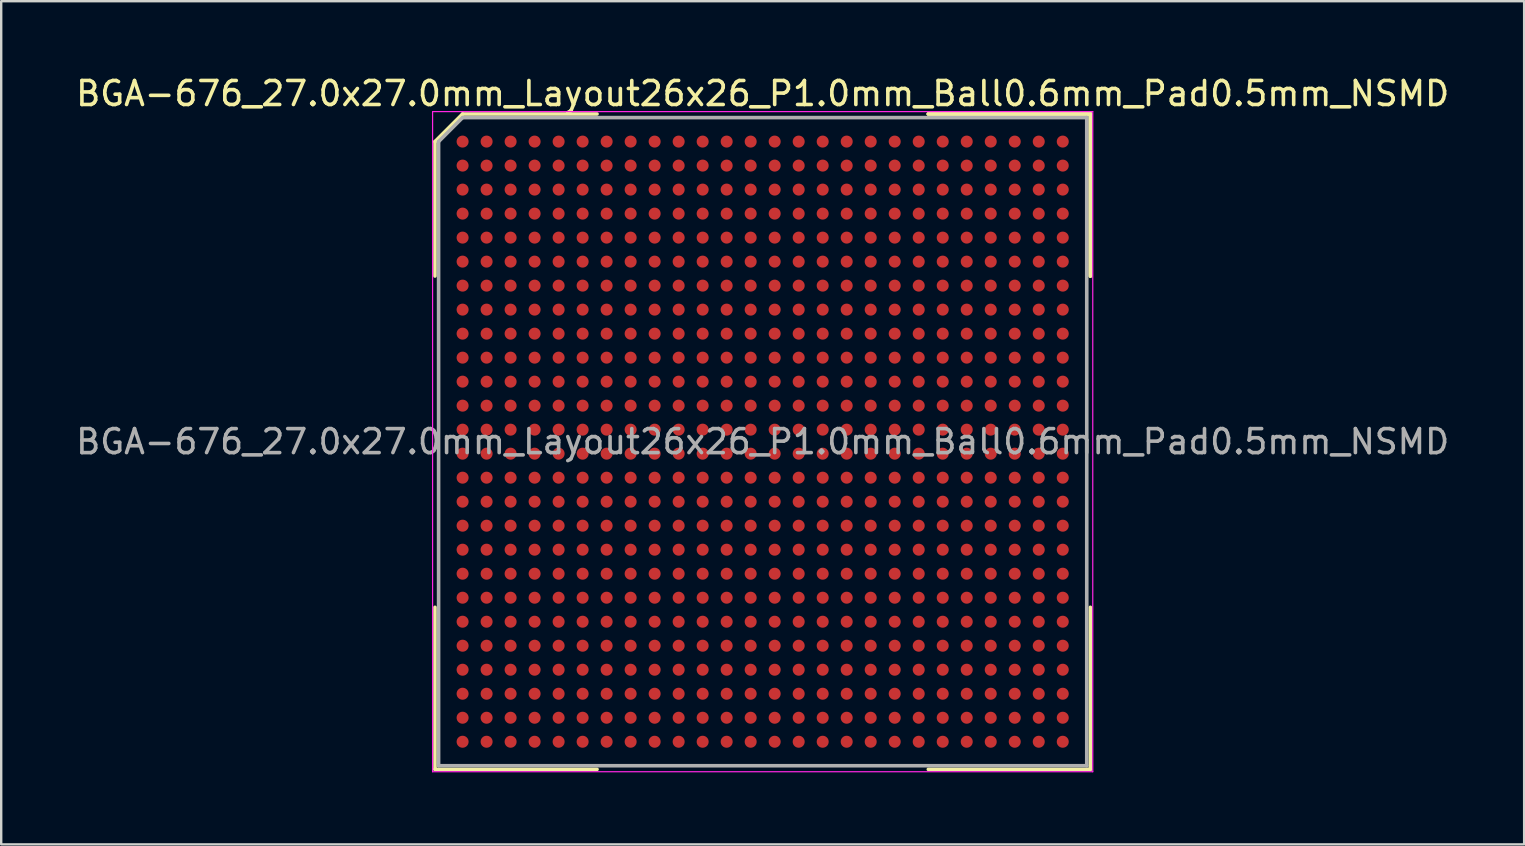
<source format=kicad_pcb>
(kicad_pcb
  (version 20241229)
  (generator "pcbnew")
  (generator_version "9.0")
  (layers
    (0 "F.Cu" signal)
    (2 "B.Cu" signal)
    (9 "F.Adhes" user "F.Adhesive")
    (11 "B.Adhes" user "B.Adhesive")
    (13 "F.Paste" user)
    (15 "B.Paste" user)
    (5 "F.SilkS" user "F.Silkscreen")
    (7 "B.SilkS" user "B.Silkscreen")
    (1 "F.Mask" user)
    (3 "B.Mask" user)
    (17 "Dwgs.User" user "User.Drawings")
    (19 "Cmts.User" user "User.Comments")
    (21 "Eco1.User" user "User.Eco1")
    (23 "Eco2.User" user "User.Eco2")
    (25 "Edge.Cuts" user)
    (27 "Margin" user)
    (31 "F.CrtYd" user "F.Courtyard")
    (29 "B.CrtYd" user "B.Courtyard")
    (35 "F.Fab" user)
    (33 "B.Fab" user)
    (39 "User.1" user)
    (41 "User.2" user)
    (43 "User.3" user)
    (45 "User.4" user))
  (footprint "BGA-676_27.0x27.0mm_Layout26x26_P1.0mm_Ball0.6mm_Pad0.5mm_NSMD"
    (layer "F.Cu")
    (at 28.72 15.348)
    (property "Reference" "BGA-676_27.0x27.0mm_Layout26x26_P1.0mm_Ball0.6mm_Pad0.5mm_NSMD" (at 0 -14.5 0) (layer "F.SilkS") (effects (font (size 1 1) (thickness 0.15))))
    (attr smd)
    (fp_line (start -13.65 -12.5) (end -13.65 -6.9) (stroke (width 0.15) (type solid)) (layer "F.SilkS"))
    (fp_line (start -13.65 13.65) (end -13.65 6.9) (stroke (width 0.15) (type solid)) (layer "F.SilkS"))
    (fp_line (start -12.5 -13.65) (end -13.65 -12.5) (stroke (width 0.15) (type solid)) (layer "F.SilkS"))
    (fp_line (start -6.9 -13.65) (end -12.5 -13.65) (stroke (width 0.15) (type solid)) (layer "F.SilkS"))
    (fp_line (start -6.9 13.65) (end -13.65 13.65) (stroke (width 0.15) (type solid)) (layer "F.SilkS"))
    (fp_line (start 6.9 -13.65) (end 13.65 -13.65) (stroke (width 0.15) (type solid)) (layer "F.SilkS"))
    (fp_line (start 6.9 -13.65) (end 13.65 -13.65) (stroke (width 0.15) (type solid)) (layer "F.SilkS"))
    (fp_line (start 6.9 -13.65) (end 13.65 -13.65) (stroke (width 0.15) (type solid)) (layer "F.SilkS"))
    (fp_line (start 6.9 13.65) (end 13.65 13.65) (stroke (width 0.15) (type solid)) (layer "F.SilkS"))
    (fp_line (start 13.65 -13.65) (end 13.65 -6.9) (stroke (width 0.15) (type solid)) (layer "F.SilkS"))
    (fp_line (start 13.65 -13.65) (end 13.65 -6.9) (stroke (width 0.15) (type solid)) (layer "F.SilkS"))
    (fp_line (start 13.65 -13.65) (end 13.65 -6.9) (stroke (width 0.15) (type solid)) (layer "F.SilkS"))
    (fp_line (start 13.65 13.65) (end 13.65 6.9) (stroke (width 0.15) (type solid)) (layer "F.SilkS"))
    (fp_line (start -13.75 -13.75) (end 13.75 -13.75) (stroke (width 0.05) (type solid)) (layer "F.CrtYd"))
    (fp_line (start -13.75 13.75) (end -13.75 -13.75) (stroke (width 0.05) (type solid)) (layer "F.CrtYd"))
    (fp_line (start 13.75 -13.75) (end 13.75 13.75) (stroke (width 0.05) (type solid)) (layer "F.CrtYd"))
    (fp_line (start 13.75 13.75) (end -13.75 13.75) (stroke (width 0.05) (type solid)) (layer "F.CrtYd"))
    (fp_line (start -13.5 -12.5) (end -13.5 13.5) (stroke (width 0.15) (type solid)) (layer "F.Fab"))
    (fp_line (start -13.5 13.5) (end 13.5 13.5) (stroke (width 0.15) (type solid)) (layer "F.Fab"))
    (fp_line (start -12.5 -13.5) (end -13.5 -12.5) (stroke (width 0.15) (type solid)) (layer "F.Fab"))
    (fp_line (start 13.5 -13.5) (end -12.5 -13.5) (stroke (width 0.15) (type solid)) (layer "F.Fab"))
    (fp_line (start 13.5 13.5) (end 13.5 -13.5) (stroke (width 0.15) (type solid)) (layer "F.Fab"))
    (fp_text user "${REFERENCE}" (at 0 0 0) (layer "F.Fab") (effects (font (size 1 1) (thickness 0.15))))
    (pad "A1" smd circle (at -12.5 -12.5) (size 0.5 0.5) (layers "F.Cu" "F.Mask" "F.Paste"))
    (pad "A2" smd circle (at -11.5 -12.5) (size 0.5 0.5) (layers "F.Cu" "F.Mask" "F.Paste"))
    (pad "A3" smd circle (at -10.5 -12.5) (size 0.5 0.5) (layers "F.Cu" "F.Mask" "F.Paste"))
    (pad "A4" smd circle (at -9.5 -12.5) (size 0.5 0.5) (layers "F.Cu" "F.Mask" "F.Paste"))
    (pad "A5" smd circle (at -8.5 -12.5) (size 0.5 0.5) (layers "F.Cu" "F.Mask" "F.Paste"))
    (pad "A6" smd circle (at -7.5 -12.5) (size 0.5 0.5) (layers "F.Cu" "F.Mask" "F.Paste"))
    (pad "A7" smd circle (at -6.5 -12.5) (size 0.5 0.5) (layers "F.Cu" "F.Mask" "F.Paste"))
    (pad "A8" smd circle (at -5.5 -12.5) (size 0.5 0.5) (layers "F.Cu" "F.Mask" "F.Paste"))
    (pad "A9" smd circle (at -4.5 -12.5) (size 0.5 0.5) (layers "F.Cu" "F.Mask" "F.Paste"))
    (pad "A10" smd circle (at -3.5 -12.5) (size 0.5 0.5) (layers "F.Cu" "F.Mask" "F.Paste"))
    (pad "A11" smd circle (at -2.5 -12.5) (size 0.5 0.5) (layers "F.Cu" "F.Mask" "F.Paste"))
    (pad "A12" smd circle (at -1.5 -12.5) (size 0.5 0.5) (layers "F.Cu" "F.Mask" "F.Paste"))
    (pad "A13" smd circle (at -0.5 -12.5) (size 0.5 0.5) (layers "F.Cu" "F.Mask" "F.Paste"))
    (pad "A14" smd circle (at 0.5 -12.5) (size 0.5 0.5) (layers "F.Cu" "F.Mask" "F.Paste"))
    (pad "A15" smd circle (at 1.5 -12.5) (size 0.5 0.5) (layers "F.Cu" "F.Mask" "F.Paste"))
    (pad "A16" smd circle (at 2.5 -12.5) (size 0.5 0.5) (layers "F.Cu" "F.Mask" "F.Paste"))
    (pad "A17" smd circle (at 3.5 -12.5) (size 0.5 0.5) (layers "F.Cu" "F.Mask" "F.Paste"))
    (pad "A18" smd circle (at 4.5 -12.5) (size 0.5 0.5) (layers "F.Cu" "F.Mask" "F.Paste"))
    (pad "A19" smd circle (at 5.5 -12.5) (size 0.5 0.5) (layers "F.Cu" "F.Mask" "F.Paste"))
    (pad "A20" smd circle (at 6.5 -12.5) (size 0.5 0.5) (layers "F.Cu" "F.Mask" "F.Paste"))
    (pad "A21" smd circle (at 7.5 -12.5) (size 0.5 0.5) (layers "F.Cu" "F.Mask" "F.Paste"))
    (pad "A22" smd circle (at 8.5 -12.5) (size 0.5 0.5) (layers "F.Cu" "F.Mask" "F.Paste"))
    (pad "A23" smd circle (at 9.5 -12.5) (size 0.5 0.5) (layers "F.Cu" "F.Mask" "F.Paste"))
    (pad "A24" smd circle (at 10.5 -12.5) (size 0.5 0.5) (layers "F.Cu" "F.Mask" "F.Paste"))
    (pad "A25" smd circle (at 11.5 -12.5) (size 0.5 0.5) (layers "F.Cu" "F.Mask" "F.Paste"))
    (pad "A26" smd circle (at 12.5 -12.5) (size 0.5 0.5) (layers "F.Cu" "F.Mask" "F.Paste"))
    (pad "AA1" smd circle (at -12.5 7.5) (size 0.5 0.5) (layers "F.Cu" "F.Mask" "F.Paste"))
    (pad "AA2" smd circle (at -11.5 7.5) (size 0.5 0.5) (layers "F.Cu" "F.Mask" "F.Paste"))
    (pad "AA3" smd circle (at -10.5 7.5) (size 0.5 0.5) (layers "F.Cu" "F.Mask" "F.Paste"))
    (pad "AA4" smd circle (at -9.5 7.5) (size 0.5 0.5) (layers "F.Cu" "F.Mask" "F.Paste"))
    (pad "AA5" smd circle (at -8.5 7.5) (size 0.5 0.5) (layers "F.Cu" "F.Mask" "F.Paste"))
    (pad "AA6" smd circle (at -7.5 7.5) (size 0.5 0.5) (layers "F.Cu" "F.Mask" "F.Paste"))
    (pad "AA7" smd circle (at -6.5 7.5) (size 0.5 0.5) (layers "F.Cu" "F.Mask" "F.Paste"))
    (pad "AA8" smd circle (at -5.5 7.5) (size 0.5 0.5) (layers "F.Cu" "F.Mask" "F.Paste"))
    (pad "AA9" smd circle (at -4.5 7.5) (size 0.5 0.5) (layers "F.Cu" "F.Mask" "F.Paste"))
    (pad "AA10" smd circle (at -3.5 7.5) (size 0.5 0.5) (layers "F.Cu" "F.Mask" "F.Paste"))
    (pad "AA11" smd circle (at -2.5 7.5) (size 0.5 0.5) (layers "F.Cu" "F.Mask" "F.Paste"))
    (pad "AA12" smd circle (at -1.5 7.5) (size 0.5 0.5) (layers "F.Cu" "F.Mask" "F.Paste"))
    (pad "AA13" smd circle (at -0.5 7.5) (size 0.5 0.5) (layers "F.Cu" "F.Mask" "F.Paste"))
    (pad "AA14" smd circle (at 0.5 7.5) (size 0.5 0.5) (layers "F.Cu" "F.Mask" "F.Paste"))
    (pad "AA15" smd circle (at 1.5 7.5) (size 0.5 0.5) (layers "F.Cu" "F.Mask" "F.Paste"))
    (pad "AA16" smd circle (at 2.5 7.5) (size 0.5 0.5) (layers "F.Cu" "F.Mask" "F.Paste"))
    (pad "AA17" smd circle (at 3.5 7.5) (size 0.5 0.5) (layers "F.Cu" "F.Mask" "F.Paste"))
    (pad "AA18" smd circle (at 4.5 7.5) (size 0.5 0.5) (layers "F.Cu" "F.Mask" "F.Paste"))
    (pad "AA19" smd circle (at 5.5 7.5) (size 0.5 0.5) (layers "F.Cu" "F.Mask" "F.Paste"))
    (pad "AA20" smd circle (at 6.5 7.5) (size 0.5 0.5) (layers "F.Cu" "F.Mask" "F.Paste"))
    (pad "AA21" smd circle (at 7.5 7.5) (size 0.5 0.5) (layers "F.Cu" "F.Mask" "F.Paste"))
    (pad "AA22" smd circle (at 8.5 7.5) (size 0.5 0.5) (layers "F.Cu" "F.Mask" "F.Paste"))
    (pad "AA23" smd circle (at 9.5 7.5) (size 0.5 0.5) (layers "F.Cu" "F.Mask" "F.Paste"))
    (pad "AA24" smd circle (at 10.5 7.5) (size 0.5 0.5) (layers "F.Cu" "F.Mask" "F.Paste"))
    (pad "AA25" smd circle (at 11.5 7.5) (size 0.5 0.5) (layers "F.Cu" "F.Mask" "F.Paste"))
    (pad "AA26" smd circle (at 12.5 7.5) (size 0.5 0.5) (layers "F.Cu" "F.Mask" "F.Paste"))
    (pad "AB1" smd circle (at -12.5 8.5) (size 0.5 0.5) (layers "F.Cu" "F.Mask" "F.Paste"))
    (pad "AB2" smd circle (at -11.5 8.5) (size 0.5 0.5) (layers "F.Cu" "F.Mask" "F.Paste"))
    (pad "AB3" smd circle (at -10.5 8.5) (size 0.5 0.5) (layers "F.Cu" "F.Mask" "F.Paste"))
    (pad "AB4" smd circle (at -9.5 8.5) (size 0.5 0.5) (layers "F.Cu" "F.Mask" "F.Paste"))
    (pad "AB5" smd circle (at -8.5 8.5) (size 0.5 0.5) (layers "F.Cu" "F.Mask" "F.Paste"))
    (pad "AB6" smd circle (at -7.5 8.5) (size 0.5 0.5) (layers "F.Cu" "F.Mask" "F.Paste"))
    (pad "AB7" smd circle (at -6.5 8.5) (size 0.5 0.5) (layers "F.Cu" "F.Mask" "F.Paste"))
    (pad "AB8" smd circle (at -5.5 8.5) (size 0.5 0.5) (layers "F.Cu" "F.Mask" "F.Paste"))
    (pad "AB9" smd circle (at -4.5 8.5) (size 0.5 0.5) (layers "F.Cu" "F.Mask" "F.Paste"))
    (pad "AB10" smd circle (at -3.5 8.5) (size 0.5 0.5) (layers "F.Cu" "F.Mask" "F.Paste"))
    (pad "AB11" smd circle (at -2.5 8.5) (size 0.5 0.5) (layers "F.Cu" "F.Mask" "F.Paste"))
    (pad "AB12" smd circle (at -1.5 8.5) (size 0.5 0.5) (layers "F.Cu" "F.Mask" "F.Paste"))
    (pad "AB13" smd circle (at -0.5 8.5) (size 0.5 0.5) (layers "F.Cu" "F.Mask" "F.Paste"))
    (pad "AB14" smd circle (at 0.5 8.5) (size 0.5 0.5) (layers "F.Cu" "F.Mask" "F.Paste"))
    (pad "AB15" smd circle (at 1.5 8.5) (size 0.5 0.5) (layers "F.Cu" "F.Mask" "F.Paste"))
    (pad "AB16" smd circle (at 2.5 8.5) (size 0.5 0.5) (layers "F.Cu" "F.Mask" "F.Paste"))
    (pad "AB17" smd circle (at 3.5 8.5) (size 0.5 0.5) (layers "F.Cu" "F.Mask" "F.Paste"))
    (pad "AB18" smd circle (at 4.5 8.5) (size 0.5 0.5) (layers "F.Cu" "F.Mask" "F.Paste"))
    (pad "AB19" smd circle (at 5.5 8.5) (size 0.5 0.5) (layers "F.Cu" "F.Mask" "F.Paste"))
    (pad "AB20" smd circle (at 6.5 8.5) (size 0.5 0.5) (layers "F.Cu" "F.Mask" "F.Paste"))
    (pad "AB21" smd circle (at 7.5 8.5) (size 0.5 0.5) (layers "F.Cu" "F.Mask" "F.Paste"))
    (pad "AB22" smd circle (at 8.5 8.5) (size 0.5 0.5) (layers "F.Cu" "F.Mask" "F.Paste"))
    (pad "AB23" smd circle (at 9.5 8.5) (size 0.5 0.5) (layers "F.Cu" "F.Mask" "F.Paste"))
    (pad "AB24" smd circle (at 10.5 8.5) (size 0.5 0.5) (layers "F.Cu" "F.Mask" "F.Paste"))
    (pad "AB25" smd circle (at 11.5 8.5) (size 0.5 0.5) (layers "F.Cu" "F.Mask" "F.Paste"))
    (pad "AB26" smd circle (at 12.5 8.5) (size 0.5 0.5) (layers "F.Cu" "F.Mask" "F.Paste"))
    (pad "AC1" smd circle (at -12.5 9.5) (size 0.5 0.5) (layers "F.Cu" "F.Mask" "F.Paste"))
    (pad "AC2" smd circle (at -11.5 9.5) (size 0.5 0.5) (layers "F.Cu" "F.Mask" "F.Paste"))
    (pad "AC3" smd circle (at -10.5 9.5) (size 0.5 0.5) (layers "F.Cu" "F.Mask" "F.Paste"))
    (pad "AC4" smd circle (at -9.5 9.5) (size 0.5 0.5) (layers "F.Cu" "F.Mask" "F.Paste"))
    (pad "AC5" smd circle (at -8.5 9.5) (size 0.5 0.5) (layers "F.Cu" "F.Mask" "F.Paste"))
    (pad "AC6" smd circle (at -7.5 9.5) (size 0.5 0.5) (layers "F.Cu" "F.Mask" "F.Paste"))
    (pad "AC7" smd circle (at -6.5 9.5) (size 0.5 0.5) (layers "F.Cu" "F.Mask" "F.Paste"))
    (pad "AC8" smd circle (at -5.5 9.5) (size 0.5 0.5) (layers "F.Cu" "F.Mask" "F.Paste"))
    (pad "AC9" smd circle (at -4.5 9.5) (size 0.5 0.5) (layers "F.Cu" "F.Mask" "F.Paste"))
    (pad "AC10" smd circle (at -3.5 9.5) (size 0.5 0.5) (layers "F.Cu" "F.Mask" "F.Paste"))
    (pad "AC11" smd circle (at -2.5 9.5) (size 0.5 0.5) (layers "F.Cu" "F.Mask" "F.Paste"))
    (pad "AC12" smd circle (at -1.5 9.5) (size 0.5 0.5) (layers "F.Cu" "F.Mask" "F.Paste"))
    (pad "AC13" smd circle (at -0.5 9.5) (size 0.5 0.5) (layers "F.Cu" "F.Mask" "F.Paste"))
    (pad "AC14" smd circle (at 0.5 9.5) (size 0.5 0.5) (layers "F.Cu" "F.Mask" "F.Paste"))
    (pad "AC15" smd circle (at 1.5 9.5) (size 0.5 0.5) (layers "F.Cu" "F.Mask" "F.Paste"))
    (pad "AC16" smd circle (at 2.5 9.5) (size 0.5 0.5) (layers "F.Cu" "F.Mask" "F.Paste"))
    (pad "AC17" smd circle (at 3.5 9.5) (size 0.5 0.5) (layers "F.Cu" "F.Mask" "F.Paste"))
    (pad "AC18" smd circle (at 4.5 9.5) (size 0.5 0.5) (layers "F.Cu" "F.Mask" "F.Paste"))
    (pad "AC19" smd circle (at 5.5 9.5) (size 0.5 0.5) (layers "F.Cu" "F.Mask" "F.Paste"))
    (pad "AC20" smd circle (at 6.5 9.5) (size 0.5 0.5) (layers "F.Cu" "F.Mask" "F.Paste"))
    (pad "AC21" smd circle (at 7.5 9.5) (size 0.5 0.5) (layers "F.Cu" "F.Mask" "F.Paste"))
    (pad "AC22" smd circle (at 8.5 9.5) (size 0.5 0.5) (layers "F.Cu" "F.Mask" "F.Paste"))
    (pad "AC23" smd circle (at 9.5 9.5) (size 0.5 0.5) (layers "F.Cu" "F.Mask" "F.Paste"))
    (pad "AC24" smd circle (at 10.5 9.5) (size 0.5 0.5) (layers "F.Cu" "F.Mask" "F.Paste"))
    (pad "AC25" smd circle (at 11.5 9.5) (size 0.5 0.5) (layers "F.Cu" "F.Mask" "F.Paste"))
    (pad "AC26" smd circle (at 12.5 9.5) (size 0.5 0.5) (layers "F.Cu" "F.Mask" "F.Paste"))
    (pad "AD1" smd circle (at -12.5 10.5) (size 0.5 0.5) (layers "F.Cu" "F.Mask" "F.Paste"))
    (pad "AD2" smd circle (at -11.5 10.5) (size 0.5 0.5) (layers "F.Cu" "F.Mask" "F.Paste"))
    (pad "AD3" smd circle (at -10.5 10.5) (size 0.5 0.5) (layers "F.Cu" "F.Mask" "F.Paste"))
    (pad "AD4" smd circle (at -9.5 10.5) (size 0.5 0.5) (layers "F.Cu" "F.Mask" "F.Paste"))
    (pad "AD5" smd circle (at -8.5 10.5) (size 0.5 0.5) (layers "F.Cu" "F.Mask" "F.Paste"))
    (pad "AD6" smd circle (at -7.5 10.5) (size 0.5 0.5) (layers "F.Cu" "F.Mask" "F.Paste"))
    (pad "AD7" smd circle (at -6.5 10.5) (size 0.5 0.5) (layers "F.Cu" "F.Mask" "F.Paste"))
    (pad "AD8" smd circle (at -5.5 10.5) (size 0.5 0.5) (layers "F.Cu" "F.Mask" "F.Paste"))
    (pad "AD9" smd circle (at -4.5 10.5) (size 0.5 0.5) (layers "F.Cu" "F.Mask" "F.Paste"))
    (pad "AD10" smd circle (at -3.5 10.5) (size 0.5 0.5) (layers "F.Cu" "F.Mask" "F.Paste"))
    (pad "AD11" smd circle (at -2.5 10.5) (size 0.5 0.5) (layers "F.Cu" "F.Mask" "F.Paste"))
    (pad "AD12" smd circle (at -1.5 10.5) (size 0.5 0.5) (layers "F.Cu" "F.Mask" "F.Paste"))
    (pad "AD13" smd circle (at -0.5 10.5) (size 0.5 0.5) (layers "F.Cu" "F.Mask" "F.Paste"))
    (pad "AD14" smd circle (at 0.5 10.5) (size 0.5 0.5) (layers "F.Cu" "F.Mask" "F.Paste"))
    (pad "AD15" smd circle (at 1.5 10.5) (size 0.5 0.5) (layers "F.Cu" "F.Mask" "F.Paste"))
    (pad "AD16" smd circle (at 2.5 10.5) (size 0.5 0.5) (layers "F.Cu" "F.Mask" "F.Paste"))
    (pad "AD17" smd circle (at 3.5 10.5) (size 0.5 0.5) (layers "F.Cu" "F.Mask" "F.Paste"))
    (pad "AD18" smd circle (at 4.5 10.5) (size 0.5 0.5) (layers "F.Cu" "F.Mask" "F.Paste"))
    (pad "AD19" smd circle (at 5.5 10.5) (size 0.5 0.5) (layers "F.Cu" "F.Mask" "F.Paste"))
    (pad "AD20" smd circle (at 6.5 10.5) (size 0.5 0.5) (layers "F.Cu" "F.Mask" "F.Paste"))
    (pad "AD21" smd circle (at 7.5 10.5) (size 0.5 0.5) (layers "F.Cu" "F.Mask" "F.Paste"))
    (pad "AD22" smd circle (at 8.5 10.5) (size 0.5 0.5) (layers "F.Cu" "F.Mask" "F.Paste"))
    (pad "AD23" smd circle (at 9.5 10.5) (size 0.5 0.5) (layers "F.Cu" "F.Mask" "F.Paste"))
    (pad "AD24" smd circle (at 10.5 10.5) (size 0.5 0.5) (layers "F.Cu" "F.Mask" "F.Paste"))
    (pad "AD25" smd circle (at 11.5 10.5) (size 0.5 0.5) (layers "F.Cu" "F.Mask" "F.Paste"))
    (pad "AD26" smd circle (at 12.5 10.5) (size 0.5 0.5) (layers "F.Cu" "F.Mask" "F.Paste"))
    (pad "AE1" smd circle (at -12.5 11.5) (size 0.5 0.5) (layers "F.Cu" "F.Mask" "F.Paste"))
    (pad "AE2" smd circle (at -11.5 11.5) (size 0.5 0.5) (layers "F.Cu" "F.Mask" "F.Paste"))
    (pad "AE3" smd circle (at -10.5 11.5) (size 0.5 0.5) (layers "F.Cu" "F.Mask" "F.Paste"))
    (pad "AE4" smd circle (at -9.5 11.5) (size 0.5 0.5) (layers "F.Cu" "F.Mask" "F.Paste"))
    (pad "AE5" smd circle (at -8.5 11.5) (size 0.5 0.5) (layers "F.Cu" "F.Mask" "F.Paste"))
    (pad "AE6" smd circle (at -7.5 11.5) (size 0.5 0.5) (layers "F.Cu" "F.Mask" "F.Paste"))
    (pad "AE7" smd circle (at -6.5 11.5) (size 0.5 0.5) (layers "F.Cu" "F.Mask" "F.Paste"))
    (pad "AE8" smd circle (at -5.5 11.5) (size 0.5 0.5) (layers "F.Cu" "F.Mask" "F.Paste"))
    (pad "AE9" smd circle (at -4.5 11.5) (size 0.5 0.5) (layers "F.Cu" "F.Mask" "F.Paste"))
    (pad "AE10" smd circle (at -3.5 11.5) (size 0.5 0.5) (layers "F.Cu" "F.Mask" "F.Paste"))
    (pad "AE11" smd circle (at -2.5 11.5) (size 0.5 0.5) (layers "F.Cu" "F.Mask" "F.Paste"))
    (pad "AE12" smd circle (at -1.5 11.5) (size 0.5 0.5) (layers "F.Cu" "F.Mask" "F.Paste"))
    (pad "AE13" smd circle (at -0.5 11.5) (size 0.5 0.5) (layers "F.Cu" "F.Mask" "F.Paste"))
    (pad "AE14" smd circle (at 0.5 11.5) (size 0.5 0.5) (layers "F.Cu" "F.Mask" "F.Paste"))
    (pad "AE15" smd circle (at 1.5 11.5) (size 0.5 0.5) (layers "F.Cu" "F.Mask" "F.Paste"))
    (pad "AE16" smd circle (at 2.5 11.5) (size 0.5 0.5) (layers "F.Cu" "F.Mask" "F.Paste"))
    (pad "AE17" smd circle (at 3.5 11.5) (size 0.5 0.5) (layers "F.Cu" "F.Mask" "F.Paste"))
    (pad "AE18" smd circle (at 4.5 11.5) (size 0.5 0.5) (layers "F.Cu" "F.Mask" "F.Paste"))
    (pad "AE19" smd circle (at 5.5 11.5) (size 0.5 0.5) (layers "F.Cu" "F.Mask" "F.Paste"))
    (pad "AE20" smd circle (at 6.5 11.5) (size 0.5 0.5) (layers "F.Cu" "F.Mask" "F.Paste"))
    (pad "AE21" smd circle (at 7.5 11.5) (size 0.5 0.5) (layers "F.Cu" "F.Mask" "F.Paste"))
    (pad "AE22" smd circle (at 8.5 11.5) (size 0.5 0.5) (layers "F.Cu" "F.Mask" "F.Paste"))
    (pad "AE23" smd circle (at 9.5 11.5) (size 0.5 0.5) (layers "F.Cu" "F.Mask" "F.Paste"))
    (pad "AE24" smd circle (at 10.5 11.5) (size 0.5 0.5) (layers "F.Cu" "F.Mask" "F.Paste"))
    (pad "AE25" smd circle (at 11.5 11.5) (size 0.5 0.5) (layers "F.Cu" "F.Mask" "F.Paste"))
    (pad "AE26" smd circle (at 12.5 11.5) (size 0.5 0.5) (layers "F.Cu" "F.Mask" "F.Paste"))
    (pad "AF1" smd circle (at -12.5 12.5) (size 0.5 0.5) (layers "F.Cu" "F.Mask" "F.Paste"))
    (pad "AF2" smd circle (at -11.5 12.5) (size 0.5 0.5) (layers "F.Cu" "F.Mask" "F.Paste"))
    (pad "AF3" smd circle (at -10.5 12.5) (size 0.5 0.5) (layers "F.Cu" "F.Mask" "F.Paste"))
    (pad "AF4" smd circle (at -9.5 12.5) (size 0.5 0.5) (layers "F.Cu" "F.Mask" "F.Paste"))
    (pad "AF5" smd circle (at -8.5 12.5) (size 0.5 0.5) (layers "F.Cu" "F.Mask" "F.Paste"))
    (pad "AF6" smd circle (at -7.5 12.5) (size 0.5 0.5) (layers "F.Cu" "F.Mask" "F.Paste"))
    (pad "AF7" smd circle (at -6.5 12.5) (size 0.5 0.5) (layers "F.Cu" "F.Mask" "F.Paste"))
    (pad "AF8" smd circle (at -5.5 12.5) (size 0.5 0.5) (layers "F.Cu" "F.Mask" "F.Paste"))
    (pad "AF9" smd circle (at -4.5 12.5) (size 0.5 0.5) (layers "F.Cu" "F.Mask" "F.Paste"))
    (pad "AF10" smd circle (at -3.5 12.5) (size 0.5 0.5) (layers "F.Cu" "F.Mask" "F.Paste"))
    (pad "AF11" smd circle (at -2.5 12.5) (size 0.5 0.5) (layers "F.Cu" "F.Mask" "F.Paste"))
    (pad "AF12" smd circle (at -1.5 12.5) (size 0.5 0.5) (layers "F.Cu" "F.Mask" "F.Paste"))
    (pad "AF13" smd circle (at -0.5 12.5) (size 0.5 0.5) (layers "F.Cu" "F.Mask" "F.Paste"))
    (pad "AF14" smd circle (at 0.5 12.5) (size 0.5 0.5) (layers "F.Cu" "F.Mask" "F.Paste"))
    (pad "AF15" smd circle (at 1.5 12.5) (size 0.5 0.5) (layers "F.Cu" "F.Mask" "F.Paste"))
    (pad "AF16" smd circle (at 2.5 12.5) (size 0.5 0.5) (layers "F.Cu" "F.Mask" "F.Paste"))
    (pad "AF17" smd circle (at 3.5 12.5) (size 0.5 0.5) (layers "F.Cu" "F.Mask" "F.Paste"))
    (pad "AF18" smd circle (at 4.5 12.5) (size 0.5 0.5) (layers "F.Cu" "F.Mask" "F.Paste"))
    (pad "AF19" smd circle (at 5.5 12.5) (size 0.5 0.5) (layers "F.Cu" "F.Mask" "F.Paste"))
    (pad "AF20" smd circle (at 6.5 12.5) (size 0.5 0.5) (layers "F.Cu" "F.Mask" "F.Paste"))
    (pad "AF21" smd circle (at 7.5 12.5) (size 0.5 0.5) (layers "F.Cu" "F.Mask" "F.Paste"))
    (pad "AF22" smd circle (at 8.5 12.5) (size 0.5 0.5) (layers "F.Cu" "F.Mask" "F.Paste"))
    (pad "AF23" smd circle (at 9.5 12.5) (size 0.5 0.5) (layers "F.Cu" "F.Mask" "F.Paste"))
    (pad "AF24" smd circle (at 10.5 12.5) (size 0.5 0.5) (layers "F.Cu" "F.Mask" "F.Paste"))
    (pad "AF25" smd circle (at 11.5 12.5) (size 0.5 0.5) (layers "F.Cu" "F.Mask" "F.Paste"))
    (pad "AF26" smd circle (at 12.5 12.5) (size 0.5 0.5) (layers "F.Cu" "F.Mask" "F.Paste"))
    (pad "B1" smd circle (at -12.5 -11.5) (size 0.5 0.5) (layers "F.Cu" "F.Mask" "F.Paste"))
    (pad "B2" smd circle (at -11.5 -11.5) (size 0.5 0.5) (layers "F.Cu" "F.Mask" "F.Paste"))
    (pad "B3" smd circle (at -10.5 -11.5) (size 0.5 0.5) (layers "F.Cu" "F.Mask" "F.Paste"))
    (pad "B4" smd circle (at -9.5 -11.5) (size 0.5 0.5) (layers "F.Cu" "F.Mask" "F.Paste"))
    (pad "B5" smd circle (at -8.5 -11.5) (size 0.5 0.5) (layers "F.Cu" "F.Mask" "F.Paste"))
    (pad "B6" smd circle (at -7.5 -11.5) (size 0.5 0.5) (layers "F.Cu" "F.Mask" "F.Paste"))
    (pad "B7" smd circle (at -6.5 -11.5) (size 0.5 0.5) (layers "F.Cu" "F.Mask" "F.Paste"))
    (pad "B8" smd circle (at -5.5 -11.5) (size 0.5 0.5) (layers "F.Cu" "F.Mask" "F.Paste"))
    (pad "B9" smd circle (at -4.5 -11.5) (size 0.5 0.5) (layers "F.Cu" "F.Mask" "F.Paste"))
    (pad "B10" smd circle (at -3.5 -11.5) (size 0.5 0.5) (layers "F.Cu" "F.Mask" "F.Paste"))
    (pad "B11" smd circle (at -2.5 -11.5) (size 0.5 0.5) (layers "F.Cu" "F.Mask" "F.Paste"))
    (pad "B12" smd circle (at -1.5 -11.5) (size 0.5 0.5) (layers "F.Cu" "F.Mask" "F.Paste"))
    (pad "B13" smd circle (at -0.5 -11.5) (size 0.5 0.5) (layers "F.Cu" "F.Mask" "F.Paste"))
    (pad "B14" smd circle (at 0.5 -11.5) (size 0.5 0.5) (layers "F.Cu" "F.Mask" "F.Paste"))
    (pad "B15" smd circle (at 1.5 -11.5) (size 0.5 0.5) (layers "F.Cu" "F.Mask" "F.Paste"))
    (pad "B16" smd circle (at 2.5 -11.5) (size 0.5 0.5) (layers "F.Cu" "F.Mask" "F.Paste"))
    (pad "B17" smd circle (at 3.5 -11.5) (size 0.5 0.5) (layers "F.Cu" "F.Mask" "F.Paste"))
    (pad "B18" smd circle (at 4.5 -11.5) (size 0.5 0.5) (layers "F.Cu" "F.Mask" "F.Paste"))
    (pad "B19" smd circle (at 5.5 -11.5) (size 0.5 0.5) (layers "F.Cu" "F.Mask" "F.Paste"))
    (pad "B20" smd circle (at 6.5 -11.5) (size 0.5 0.5) (layers "F.Cu" "F.Mask" "F.Paste"))
    (pad "B21" smd circle (at 7.5 -11.5) (size 0.5 0.5) (layers "F.Cu" "F.Mask" "F.Paste"))
    (pad "B22" smd circle (at 8.5 -11.5) (size 0.5 0.5) (layers "F.Cu" "F.Mask" "F.Paste"))
    (pad "B23" smd circle (at 9.5 -11.5) (size 0.5 0.5) (layers "F.Cu" "F.Mask" "F.Paste"))
    (pad "B24" smd circle (at 10.5 -11.5) (size 0.5 0.5) (layers "F.Cu" "F.Mask" "F.Paste"))
    (pad "B25" smd circle (at 11.5 -11.5) (size 0.5 0.5) (layers "F.Cu" "F.Mask" "F.Paste"))
    (pad "B26" smd circle (at 12.5 -11.5) (size 0.5 0.5) (layers "F.Cu" "F.Mask" "F.Paste"))
    (pad "C1" smd circle (at -12.5 -10.5) (size 0.5 0.5) (layers "F.Cu" "F.Mask" "F.Paste"))
    (pad "C2" smd circle (at -11.5 -10.5) (size 0.5 0.5) (layers "F.Cu" "F.Mask" "F.Paste"))
    (pad "C3" smd circle (at -10.5 -10.5) (size 0.5 0.5) (layers "F.Cu" "F.Mask" "F.Paste"))
    (pad "C4" smd circle (at -9.5 -10.5) (size 0.5 0.5) (layers "F.Cu" "F.Mask" "F.Paste"))
    (pad "C5" smd circle (at -8.5 -10.5) (size 0.5 0.5) (layers "F.Cu" "F.Mask" "F.Paste"))
    (pad "C6" smd circle (at -7.5 -10.5) (size 0.5 0.5) (layers "F.Cu" "F.Mask" "F.Paste"))
    (pad "C7" smd circle (at -6.5 -10.5) (size 0.5 0.5) (layers "F.Cu" "F.Mask" "F.Paste"))
    (pad "C8" smd circle (at -5.5 -10.5) (size 0.5 0.5) (layers "F.Cu" "F.Mask" "F.Paste"))
    (pad "C9" smd circle (at -4.5 -10.5) (size 0.5 0.5) (layers "F.Cu" "F.Mask" "F.Paste"))
    (pad "C10" smd circle (at -3.5 -10.5) (size 0.5 0.5) (layers "F.Cu" "F.Mask" "F.Paste"))
    (pad "C11" smd circle (at -2.5 -10.5) (size 0.5 0.5) (layers "F.Cu" "F.Mask" "F.Paste"))
    (pad "C12" smd circle (at -1.5 -10.5) (size 0.5 0.5) (layers "F.Cu" "F.Mask" "F.Paste"))
    (pad "C13" smd circle (at -0.5 -10.5) (size 0.5 0.5) (layers "F.Cu" "F.Mask" "F.Paste"))
    (pad "C14" smd circle (at 0.5 -10.5) (size 0.5 0.5) (layers "F.Cu" "F.Mask" "F.Paste"))
    (pad "C15" smd circle (at 1.5 -10.5) (size 0.5 0.5) (layers "F.Cu" "F.Mask" "F.Paste"))
    (pad "C16" smd circle (at 2.5 -10.5) (size 0.5 0.5) (layers "F.Cu" "F.Mask" "F.Paste"))
    (pad "C17" smd circle (at 3.5 -10.5) (size 0.5 0.5) (layers "F.Cu" "F.Mask" "F.Paste"))
    (pad "C18" smd circle (at 4.5 -10.5) (size 0.5 0.5) (layers "F.Cu" "F.Mask" "F.Paste"))
    (pad "C19" smd circle (at 5.5 -10.5) (size 0.5 0.5) (layers "F.Cu" "F.Mask" "F.Paste"))
    (pad "C20" smd circle (at 6.5 -10.5) (size 0.5 0.5) (layers "F.Cu" "F.Mask" "F.Paste"))
    (pad "C21" smd circle (at 7.5 -10.5) (size 0.5 0.5) (layers "F.Cu" "F.Mask" "F.Paste"))
    (pad "C22" smd circle (at 8.5 -10.5) (size 0.5 0.5) (layers "F.Cu" "F.Mask" "F.Paste"))
    (pad "C23" smd circle (at 9.5 -10.5) (size 0.5 0.5) (layers "F.Cu" "F.Mask" "F.Paste"))
    (pad "C24" smd circle (at 10.5 -10.5) (size 0.5 0.5) (layers "F.Cu" "F.Mask" "F.Paste"))
    (pad "C25" smd circle (at 11.5 -10.5) (size 0.5 0.5) (layers "F.Cu" "F.Mask" "F.Paste"))
    (pad "C26" smd circle (at 12.5 -10.5) (size 0.5 0.5) (layers "F.Cu" "F.Mask" "F.Paste"))
    (pad "D1" smd circle (at -12.5 -9.5) (size 0.5 0.5) (layers "F.Cu" "F.Mask" "F.Paste"))
    (pad "D2" smd circle (at -11.5 -9.5) (size 0.5 0.5) (layers "F.Cu" "F.Mask" "F.Paste"))
    (pad "D3" smd circle (at -10.5 -9.5) (size 0.5 0.5) (layers "F.Cu" "F.Mask" "F.Paste"))
    (pad "D4" smd circle (at -9.5 -9.5) (size 0.5 0.5) (layers "F.Cu" "F.Mask" "F.Paste"))
    (pad "D5" smd circle (at -8.5 -9.5) (size 0.5 0.5) (layers "F.Cu" "F.Mask" "F.Paste"))
    (pad "D6" smd circle (at -7.5 -9.5) (size 0.5 0.5) (layers "F.Cu" "F.Mask" "F.Paste"))
    (pad "D7" smd circle (at -6.5 -9.5) (size 0.5 0.5) (layers "F.Cu" "F.Mask" "F.Paste"))
    (pad "D8" smd circle (at -5.5 -9.5) (size 0.5 0.5) (layers "F.Cu" "F.Mask" "F.Paste"))
    (pad "D9" smd circle (at -4.5 -9.5) (size 0.5 0.5) (layers "F.Cu" "F.Mask" "F.Paste"))
    (pad "D10" smd circle (at -3.5 -9.5) (size 0.5 0.5) (layers "F.Cu" "F.Mask" "F.Paste"))
    (pad "D11" smd circle (at -2.5 -9.5) (size 0.5 0.5) (layers "F.Cu" "F.Mask" "F.Paste"))
    (pad "D12" smd circle (at -1.5 -9.5) (size 0.5 0.5) (layers "F.Cu" "F.Mask" "F.Paste"))
    (pad "D13" smd circle (at -0.5 -9.5) (size 0.5 0.5) (layers "F.Cu" "F.Mask" "F.Paste"))
    (pad "D14" smd circle (at 0.5 -9.5) (size 0.5 0.5) (layers "F.Cu" "F.Mask" "F.Paste"))
    (pad "D15" smd circle (at 1.5 -9.5) (size 0.5 0.5) (layers "F.Cu" "F.Mask" "F.Paste"))
    (pad "D16" smd circle (at 2.5 -9.5) (size 0.5 0.5) (layers "F.Cu" "F.Mask" "F.Paste"))
    (pad "D17" smd circle (at 3.5 -9.5) (size 0.5 0.5) (layers "F.Cu" "F.Mask" "F.Paste"))
    (pad "D18" smd circle (at 4.5 -9.5) (size 0.5 0.5) (layers "F.Cu" "F.Mask" "F.Paste"))
    (pad "D19" smd circle (at 5.5 -9.5) (size 0.5 0.5) (layers "F.Cu" "F.Mask" "F.Paste"))
    (pad "D20" smd circle (at 6.5 -9.5) (size 0.5 0.5) (layers "F.Cu" "F.Mask" "F.Paste"))
    (pad "D21" smd circle (at 7.5 -9.5) (size 0.5 0.5) (layers "F.Cu" "F.Mask" "F.Paste"))
    (pad "D22" smd circle (at 8.5 -9.5) (size 0.5 0.5) (layers "F.Cu" "F.Mask" "F.Paste"))
    (pad "D23" smd circle (at 9.5 -9.5) (size 0.5 0.5) (layers "F.Cu" "F.Mask" "F.Paste"))
    (pad "D24" smd circle (at 10.5 -9.5) (size 0.5 0.5) (layers "F.Cu" "F.Mask" "F.Paste"))
    (pad "D25" smd circle (at 11.5 -9.5) (size 0.5 0.5) (layers "F.Cu" "F.Mask" "F.Paste"))
    (pad "D26" smd circle (at 12.5 -9.5) (size 0.5 0.5) (layers "F.Cu" "F.Mask" "F.Paste"))
    (pad "E1" smd circle (at -12.5 -8.5) (size 0.5 0.5) (layers "F.Cu" "F.Mask" "F.Paste"))
    (pad "E2" smd circle (at -11.5 -8.5) (size 0.5 0.5) (layers "F.Cu" "F.Mask" "F.Paste"))
    (pad "E3" smd circle (at -10.5 -8.5) (size 0.5 0.5) (layers "F.Cu" "F.Mask" "F.Paste"))
    (pad "E4" smd circle (at -9.5 -8.5) (size 0.5 0.5) (layers "F.Cu" "F.Mask" "F.Paste"))
    (pad "E5" smd circle (at -8.5 -8.5) (size 0.5 0.5) (layers "F.Cu" "F.Mask" "F.Paste"))
    (pad "E6" smd circle (at -7.5 -8.5) (size 0.5 0.5) (layers "F.Cu" "F.Mask" "F.Paste"))
    (pad "E7" smd circle (at -6.5 -8.5) (size 0.5 0.5) (layers "F.Cu" "F.Mask" "F.Paste"))
    (pad "E8" smd circle (at -5.5 -8.5) (size 0.5 0.5) (layers "F.Cu" "F.Mask" "F.Paste"))
    (pad "E9" smd circle (at -4.5 -8.5) (size 0.5 0.5) (layers "F.Cu" "F.Mask" "F.Paste"))
    (pad "E10" smd circle (at -3.5 -8.5) (size 0.5 0.5) (layers "F.Cu" "F.Mask" "F.Paste"))
    (pad "E11" smd circle (at -2.5 -8.5) (size 0.5 0.5) (layers "F.Cu" "F.Mask" "F.Paste"))
    (pad "E12" smd circle (at -1.5 -8.5) (size 0.5 0.5) (layers "F.Cu" "F.Mask" "F.Paste"))
    (pad "E13" smd circle (at -0.5 -8.5) (size 0.5 0.5) (layers "F.Cu" "F.Mask" "F.Paste"))
    (pad "E14" smd circle (at 0.5 -8.5) (size 0.5 0.5) (layers "F.Cu" "F.Mask" "F.Paste"))
    (pad "E15" smd circle (at 1.5 -8.5) (size 0.5 0.5) (layers "F.Cu" "F.Mask" "F.Paste"))
    (pad "E16" smd circle (at 2.5 -8.5) (size 0.5 0.5) (layers "F.Cu" "F.Mask" "F.Paste"))
    (pad "E17" smd circle (at 3.5 -8.5) (size 0.5 0.5) (layers "F.Cu" "F.Mask" "F.Paste"))
    (pad "E18" smd circle (at 4.5 -8.5) (size 0.5 0.5) (layers "F.Cu" "F.Mask" "F.Paste"))
    (pad "E19" smd circle (at 5.5 -8.5) (size 0.5 0.5) (layers "F.Cu" "F.Mask" "F.Paste"))
    (pad "E20" smd circle (at 6.5 -8.5) (size 0.5 0.5) (layers "F.Cu" "F.Mask" "F.Paste"))
    (pad "E21" smd circle (at 7.5 -8.5) (size 0.5 0.5) (layers "F.Cu" "F.Mask" "F.Paste"))
    (pad "E22" smd circle (at 8.5 -8.5) (size 0.5 0.5) (layers "F.Cu" "F.Mask" "F.Paste"))
    (pad "E23" smd circle (at 9.5 -8.5) (size 0.5 0.5) (layers "F.Cu" "F.Mask" "F.Paste"))
    (pad "E24" smd circle (at 10.5 -8.5) (size 0.5 0.5) (layers "F.Cu" "F.Mask" "F.Paste"))
    (pad "E25" smd circle (at 11.5 -8.5) (size 0.5 0.5) (layers "F.Cu" "F.Mask" "F.Paste"))
    (pad "E26" smd circle (at 12.5 -8.5) (size 0.5 0.5) (layers "F.Cu" "F.Mask" "F.Paste"))
    (pad "F1" smd circle (at -12.5 -7.5) (size 0.5 0.5) (layers "F.Cu" "F.Mask" "F.Paste"))
    (pad "F2" smd circle (at -11.5 -7.5) (size 0.5 0.5) (layers "F.Cu" "F.Mask" "F.Paste"))
    (pad "F3" smd circle (at -10.5 -7.5) (size 0.5 0.5) (layers "F.Cu" "F.Mask" "F.Paste"))
    (pad "F4" smd circle (at -9.5 -7.5) (size 0.5 0.5) (layers "F.Cu" "F.Mask" "F.Paste"))
    (pad "F5" smd circle (at -8.5 -7.5) (size 0.5 0.5) (layers "F.Cu" "F.Mask" "F.Paste"))
    (pad "F6" smd circle (at -7.5 -7.5) (size 0.5 0.5) (layers "F.Cu" "F.Mask" "F.Paste"))
    (pad "F7" smd circle (at -6.5 -7.5) (size 0.5 0.5) (layers "F.Cu" "F.Mask" "F.Paste"))
    (pad "F8" smd circle (at -5.5 -7.5) (size 0.5 0.5) (layers "F.Cu" "F.Mask" "F.Paste"))
    (pad "F9" smd circle (at -4.5 -7.5) (size 0.5 0.5) (layers "F.Cu" "F.Mask" "F.Paste"))
    (pad "F10" smd circle (at -3.5 -7.5) (size 0.5 0.5) (layers "F.Cu" "F.Mask" "F.Paste"))
    (pad "F11" smd circle (at -2.5 -7.5) (size 0.5 0.5) (layers "F.Cu" "F.Mask" "F.Paste"))
    (pad "F12" smd circle (at -1.5 -7.5) (size 0.5 0.5) (layers "F.Cu" "F.Mask" "F.Paste"))
    (pad "F13" smd circle (at -0.5 -7.5) (size 0.5 0.5) (layers "F.Cu" "F.Mask" "F.Paste"))
    (pad "F14" smd circle (at 0.5 -7.5) (size 0.5 0.5) (layers "F.Cu" "F.Mask" "F.Paste"))
    (pad "F15" smd circle (at 1.5 -7.5) (size 0.5 0.5) (layers "F.Cu" "F.Mask" "F.Paste"))
    (pad "F16" smd circle (at 2.5 -7.5) (size 0.5 0.5) (layers "F.Cu" "F.Mask" "F.Paste"))
    (pad "F17" smd circle (at 3.5 -7.5) (size 0.5 0.5) (layers "F.Cu" "F.Mask" "F.Paste"))
    (pad "F18" smd circle (at 4.5 -7.5) (size 0.5 0.5) (layers "F.Cu" "F.Mask" "F.Paste"))
    (pad "F19" smd circle (at 5.5 -7.5) (size 0.5 0.5) (layers "F.Cu" "F.Mask" "F.Paste"))
    (pad "F20" smd circle (at 6.5 -7.5) (size 0.5 0.5) (layers "F.Cu" "F.Mask" "F.Paste"))
    (pad "F21" smd circle (at 7.5 -7.5) (size 0.5 0.5) (layers "F.Cu" "F.Mask" "F.Paste"))
    (pad "F22" smd circle (at 8.5 -7.5) (size 0.5 0.5) (layers "F.Cu" "F.Mask" "F.Paste"))
    (pad "F23" smd circle (at 9.5 -7.5) (size 0.5 0.5) (layers "F.Cu" "F.Mask" "F.Paste"))
    (pad "F24" smd circle (at 10.5 -7.5) (size 0.5 0.5) (layers "F.Cu" "F.Mask" "F.Paste"))
    (pad "F25" smd circle (at 11.5 -7.5) (size 0.5 0.5) (layers "F.Cu" "F.Mask" "F.Paste"))
    (pad "F26" smd circle (at 12.5 -7.5) (size 0.5 0.5) (layers "F.Cu" "F.Mask" "F.Paste"))
    (pad "G1" smd circle (at -12.5 -6.5) (size 0.5 0.5) (layers "F.Cu" "F.Mask" "F.Paste"))
    (pad "G2" smd circle (at -11.5 -6.5) (size 0.5 0.5) (layers "F.Cu" "F.Mask" "F.Paste"))
    (pad "G3" smd circle (at -10.5 -6.5) (size 0.5 0.5) (layers "F.Cu" "F.Mask" "F.Paste"))
    (pad "G4" smd circle (at -9.5 -6.5) (size 0.5 0.5) (layers "F.Cu" "F.Mask" "F.Paste"))
    (pad "G5" smd circle (at -8.5 -6.5) (size 0.5 0.5) (layers "F.Cu" "F.Mask" "F.Paste"))
    (pad "G6" smd circle (at -7.5 -6.5) (size 0.5 0.5) (layers "F.Cu" "F.Mask" "F.Paste"))
    (pad "G7" smd circle (at -6.5 -6.5) (size 0.5 0.5) (layers "F.Cu" "F.Mask" "F.Paste"))
    (pad "G8" smd circle (at -5.5 -6.5) (size 0.5 0.5) (layers "F.Cu" "F.Mask" "F.Paste"))
    (pad "G9" smd circle (at -4.5 -6.5) (size 0.5 0.5) (layers "F.Cu" "F.Mask" "F.Paste"))
    (pad "G10" smd circle (at -3.5 -6.5) (size 0.5 0.5) (layers "F.Cu" "F.Mask" "F.Paste"))
    (pad "G11" smd circle (at -2.5 -6.5) (size 0.5 0.5) (layers "F.Cu" "F.Mask" "F.Paste"))
    (pad "G12" smd circle (at -1.5 -6.5) (size 0.5 0.5) (layers "F.Cu" "F.Mask" "F.Paste"))
    (pad "G13" smd circle (at -0.5 -6.5) (size 0.5 0.5) (layers "F.Cu" "F.Mask" "F.Paste"))
    (pad "G14" smd circle (at 0.5 -6.5) (size 0.5 0.5) (layers "F.Cu" "F.Mask" "F.Paste"))
    (pad "G15" smd circle (at 1.5 -6.5) (size 0.5 0.5) (layers "F.Cu" "F.Mask" "F.Paste"))
    (pad "G16" smd circle (at 2.5 -6.5) (size 0.5 0.5) (layers "F.Cu" "F.Mask" "F.Paste"))
    (pad "G17" smd circle (at 3.5 -6.5) (size 0.5 0.5) (layers "F.Cu" "F.Mask" "F.Paste"))
    (pad "G18" smd circle (at 4.5 -6.5) (size 0.5 0.5) (layers "F.Cu" "F.Mask" "F.Paste"))
    (pad "G19" smd circle (at 5.5 -6.5) (size 0.5 0.5) (layers "F.Cu" "F.Mask" "F.Paste"))
    (pad "G20" smd circle (at 6.5 -6.5) (size 0.5 0.5) (layers "F.Cu" "F.Mask" "F.Paste"))
    (pad "G21" smd circle (at 7.5 -6.5) (size 0.5 0.5) (layers "F.Cu" "F.Mask" "F.Paste"))
    (pad "G22" smd circle (at 8.5 -6.5) (size 0.5 0.5) (layers "F.Cu" "F.Mask" "F.Paste"))
    (pad "G23" smd circle (at 9.5 -6.5) (size 0.5 0.5) (layers "F.Cu" "F.Mask" "F.Paste"))
    (pad "G24" smd circle (at 10.5 -6.5) (size 0.5 0.5) (layers "F.Cu" "F.Mask" "F.Paste"))
    (pad "G25" smd circle (at 11.5 -6.5) (size 0.5 0.5) (layers "F.Cu" "F.Mask" "F.Paste"))
    (pad "G26" smd circle (at 12.5 -6.5) (size 0.5 0.5) (layers "F.Cu" "F.Mask" "F.Paste"))
    (pad "H1" smd circle (at -12.5 -5.5) (size 0.5 0.5) (layers "F.Cu" "F.Mask" "F.Paste"))
    (pad "H2" smd circle (at -11.5 -5.5) (size 0.5 0.5) (layers "F.Cu" "F.Mask" "F.Paste"))
    (pad "H3" smd circle (at -10.5 -5.5) (size 0.5 0.5) (layers "F.Cu" "F.Mask" "F.Paste"))
    (pad "H4" smd circle (at -9.5 -5.5) (size 0.5 0.5) (layers "F.Cu" "F.Mask" "F.Paste"))
    (pad "H5" smd circle (at -8.5 -5.5) (size 0.5 0.5) (layers "F.Cu" "F.Mask" "F.Paste"))
    (pad "H6" smd circle (at -7.5 -5.5) (size 0.5 0.5) (layers "F.Cu" "F.Mask" "F.Paste"))
    (pad "H7" smd circle (at -6.5 -5.5) (size 0.5 0.5) (layers "F.Cu" "F.Mask" "F.Paste"))
    (pad "H8" smd circle (at -5.5 -5.5) (size 0.5 0.5) (layers "F.Cu" "F.Mask" "F.Paste"))
    (pad "H9" smd circle (at -4.5 -5.5) (size 0.5 0.5) (layers "F.Cu" "F.Mask" "F.Paste"))
    (pad "H10" smd circle (at -3.5 -5.5) (size 0.5 0.5) (layers "F.Cu" "F.Mask" "F.Paste"))
    (pad "H11" smd circle (at -2.5 -5.5) (size 0.5 0.5) (layers "F.Cu" "F.Mask" "F.Paste"))
    (pad "H12" smd circle (at -1.5 -5.5) (size 0.5 0.5) (layers "F.Cu" "F.Mask" "F.Paste"))
    (pad "H13" smd circle (at -0.5 -5.5) (size 0.5 0.5) (layers "F.Cu" "F.Mask" "F.Paste"))
    (pad "H14" smd circle (at 0.5 -5.5) (size 0.5 0.5) (layers "F.Cu" "F.Mask" "F.Paste"))
    (pad "H15" smd circle (at 1.5 -5.5) (size 0.5 0.5) (layers "F.Cu" "F.Mask" "F.Paste"))
    (pad "H16" smd circle (at 2.5 -5.5) (size 0.5 0.5) (layers "F.Cu" "F.Mask" "F.Paste"))
    (pad "H17" smd circle (at 3.5 -5.5) (size 0.5 0.5) (layers "F.Cu" "F.Mask" "F.Paste"))
    (pad "H18" smd circle (at 4.5 -5.5) (size 0.5 0.5) (layers "F.Cu" "F.Mask" "F.Paste"))
    (pad "H19" smd circle (at 5.5 -5.5) (size 0.5 0.5) (layers "F.Cu" "F.Mask" "F.Paste"))
    (pad "H20" smd circle (at 6.5 -5.5) (size 0.5 0.5) (layers "F.Cu" "F.Mask" "F.Paste"))
    (pad "H21" smd circle (at 7.5 -5.5) (size 0.5 0.5) (layers "F.Cu" "F.Mask" "F.Paste"))
    (pad "H22" smd circle (at 8.5 -5.5) (size 0.5 0.5) (layers "F.Cu" "F.Mask" "F.Paste"))
    (pad "H23" smd circle (at 9.5 -5.5) (size 0.5 0.5) (layers "F.Cu" "F.Mask" "F.Paste"))
    (pad "H24" smd circle (at 10.5 -5.5) (size 0.5 0.5) (layers "F.Cu" "F.Mask" "F.Paste"))
    (pad "H25" smd circle (at 11.5 -5.5) (size 0.5 0.5) (layers "F.Cu" "F.Mask" "F.Paste"))
    (pad "H26" smd circle (at 12.5 -5.5) (size 0.5 0.5) (layers "F.Cu" "F.Mask" "F.Paste"))
    (pad "J1" smd circle (at -12.5 -4.5) (size 0.5 0.5) (layers "F.Cu" "F.Mask" "F.Paste"))
    (pad "J2" smd circle (at -11.5 -4.5) (size 0.5 0.5) (layers "F.Cu" "F.Mask" "F.Paste"))
    (pad "J3" smd circle (at -10.5 -4.5) (size 0.5 0.5) (layers "F.Cu" "F.Mask" "F.Paste"))
    (pad "J4" smd circle (at -9.5 -4.5) (size 0.5 0.5) (layers "F.Cu" "F.Mask" "F.Paste"))
    (pad "J5" smd circle (at -8.5 -4.5) (size 0.5 0.5) (layers "F.Cu" "F.Mask" "F.Paste"))
    (pad "J6" smd circle (at -7.5 -4.5) (size 0.5 0.5) (layers "F.Cu" "F.Mask" "F.Paste"))
    (pad "J7" smd circle (at -6.5 -4.5) (size 0.5 0.5) (layers "F.Cu" "F.Mask" "F.Paste"))
    (pad "J8" smd circle (at -5.5 -4.5) (size 0.5 0.5) (layers "F.Cu" "F.Mask" "F.Paste"))
    (pad "J9" smd circle (at -4.5 -4.5) (size 0.5 0.5) (layers "F.Cu" "F.Mask" "F.Paste"))
    (pad "J10" smd circle (at -3.5 -4.5) (size 0.5 0.5) (layers "F.Cu" "F.Mask" "F.Paste"))
    (pad "J11" smd circle (at -2.5 -4.5) (size 0.5 0.5) (layers "F.Cu" "F.Mask" "F.Paste"))
    (pad "J12" smd circle (at -1.5 -4.5) (size 0.5 0.5) (layers "F.Cu" "F.Mask" "F.Paste"))
    (pad "J13" smd circle (at -0.5 -4.5) (size 0.5 0.5) (layers "F.Cu" "F.Mask" "F.Paste"))
    (pad "J14" smd circle (at 0.5 -4.5) (size 0.5 0.5) (layers "F.Cu" "F.Mask" "F.Paste"))
    (pad "J15" smd circle (at 1.5 -4.5) (size 0.5 0.5) (layers "F.Cu" "F.Mask" "F.Paste"))
    (pad "J16" smd circle (at 2.5 -4.5) (size 0.5 0.5) (layers "F.Cu" "F.Mask" "F.Paste"))
    (pad "J17" smd circle (at 3.5 -4.5) (size 0.5 0.5) (layers "F.Cu" "F.Mask" "F.Paste"))
    (pad "J18" smd circle (at 4.5 -4.5) (size 0.5 0.5) (layers "F.Cu" "F.Mask" "F.Paste"))
    (pad "J19" smd circle (at 5.5 -4.5) (size 0.5 0.5) (layers "F.Cu" "F.Mask" "F.Paste"))
    (pad "J20" smd circle (at 6.5 -4.5) (size 0.5 0.5) (layers "F.Cu" "F.Mask" "F.Paste"))
    (pad "J21" smd circle (at 7.5 -4.5) (size 0.5 0.5) (layers "F.Cu" "F.Mask" "F.Paste"))
    (pad "J22" smd circle (at 8.5 -4.5) (size 0.5 0.5) (layers "F.Cu" "F.Mask" "F.Paste"))
    (pad "J23" smd circle (at 9.5 -4.5) (size 0.5 0.5) (layers "F.Cu" "F.Mask" "F.Paste"))
    (pad "J24" smd circle (at 10.5 -4.5) (size 0.5 0.5) (layers "F.Cu" "F.Mask" "F.Paste"))
    (pad "J25" smd circle (at 11.5 -4.5) (size 0.5 0.5) (layers "F.Cu" "F.Mask" "F.Paste"))
    (pad "J26" smd circle (at 12.5 -4.5) (size 0.5 0.5) (layers "F.Cu" "F.Mask" "F.Paste"))
    (pad "K1" smd circle (at -12.5 -3.5) (size 0.5 0.5) (layers "F.Cu" "F.Mask" "F.Paste"))
    (pad "K2" smd circle (at -11.5 -3.5) (size 0.5 0.5) (layers "F.Cu" "F.Mask" "F.Paste"))
    (pad "K3" smd circle (at -10.5 -3.5) (size 0.5 0.5) (layers "F.Cu" "F.Mask" "F.Paste"))
    (pad "K4" smd circle (at -9.5 -3.5) (size 0.5 0.5) (layers "F.Cu" "F.Mask" "F.Paste"))
    (pad "K5" smd circle (at -8.5 -3.5) (size 0.5 0.5) (layers "F.Cu" "F.Mask" "F.Paste"))
    (pad "K6" smd circle (at -7.5 -3.5) (size 0.5 0.5) (layers "F.Cu" "F.Mask" "F.Paste"))
    (pad "K7" smd circle (at -6.5 -3.5) (size 0.5 0.5) (layers "F.Cu" "F.Mask" "F.Paste"))
    (pad "K8" smd circle (at -5.5 -3.5) (size 0.5 0.5) (layers "F.Cu" "F.Mask" "F.Paste"))
    (pad "K9" smd circle (at -4.5 -3.5) (size 0.5 0.5) (layers "F.Cu" "F.Mask" "F.Paste"))
    (pad "K10" smd circle (at -3.5 -3.5) (size 0.5 0.5) (layers "F.Cu" "F.Mask" "F.Paste"))
    (pad "K11" smd circle (at -2.5 -3.5) (size 0.5 0.5) (layers "F.Cu" "F.Mask" "F.Paste"))
    (pad "K12" smd circle (at -1.5 -3.5) (size 0.5 0.5) (layers "F.Cu" "F.Mask" "F.Paste"))
    (pad "K13" smd circle (at -0.5 -3.5) (size 0.5 0.5) (layers "F.Cu" "F.Mask" "F.Paste"))
    (pad "K14" smd circle (at 0.5 -3.5) (size 0.5 0.5) (layers "F.Cu" "F.Mask" "F.Paste"))
    (pad "K15" smd circle (at 1.5 -3.5) (size 0.5 0.5) (layers "F.Cu" "F.Mask" "F.Paste"))
    (pad "K16" smd circle (at 2.5 -3.5) (size 0.5 0.5) (layers "F.Cu" "F.Mask" "F.Paste"))
    (pad "K17" smd circle (at 3.5 -3.5) (size 0.5 0.5) (layers "F.Cu" "F.Mask" "F.Paste"))
    (pad "K18" smd circle (at 4.5 -3.5) (size 0.5 0.5) (layers "F.Cu" "F.Mask" "F.Paste"))
    (pad "K19" smd circle (at 5.5 -3.5) (size 0.5 0.5) (layers "F.Cu" "F.Mask" "F.Paste"))
    (pad "K20" smd circle (at 6.5 -3.5) (size 0.5 0.5) (layers "F.Cu" "F.Mask" "F.Paste"))
    (pad "K21" smd circle (at 7.5 -3.5) (size 0.5 0.5) (layers "F.Cu" "F.Mask" "F.Paste"))
    (pad "K22" smd circle (at 8.5 -3.5) (size 0.5 0.5) (layers "F.Cu" "F.Mask" "F.Paste"))
    (pad "K23" smd circle (at 9.5 -3.5) (size 0.5 0.5) (layers "F.Cu" "F.Mask" "F.Paste"))
    (pad "K24" smd circle (at 10.5 -3.5) (size 0.5 0.5) (layers "F.Cu" "F.Mask" "F.Paste"))
    (pad "K25" smd circle (at 11.5 -3.5) (size 0.5 0.5) (layers "F.Cu" "F.Mask" "F.Paste"))
    (pad "K26" smd circle (at 12.5 -3.5) (size 0.5 0.5) (layers "F.Cu" "F.Mask" "F.Paste"))
    (pad "L1" smd circle (at -12.5 -2.5) (size 0.5 0.5) (layers "F.Cu" "F.Mask" "F.Paste"))
    (pad "L2" smd circle (at -11.5 -2.5) (size 0.5 0.5) (layers "F.Cu" "F.Mask" "F.Paste"))
    (pad "L3" smd circle (at -10.5 -2.5) (size 0.5 0.5) (layers "F.Cu" "F.Mask" "F.Paste"))
    (pad "L4" smd circle (at -9.5 -2.5) (size 0.5 0.5) (layers "F.Cu" "F.Mask" "F.Paste"))
    (pad "L5" smd circle (at -8.5 -2.5) (size 0.5 0.5) (layers "F.Cu" "F.Mask" "F.Paste"))
    (pad "L6" smd circle (at -7.5 -2.5) (size 0.5 0.5) (layers "F.Cu" "F.Mask" "F.Paste"))
    (pad "L7" smd circle (at -6.5 -2.5) (size 0.5 0.5) (layers "F.Cu" "F.Mask" "F.Paste"))
    (pad "L8" smd circle (at -5.5 -2.5) (size 0.5 0.5) (layers "F.Cu" "F.Mask" "F.Paste"))
    (pad "L9" smd circle (at -4.5 -2.5) (size 0.5 0.5) (layers "F.Cu" "F.Mask" "F.Paste"))
    (pad "L10" smd circle (at -3.5 -2.5) (size 0.5 0.5) (layers "F.Cu" "F.Mask" "F.Paste"))
    (pad "L11" smd circle (at -2.5 -2.5) (size 0.5 0.5) (layers "F.Cu" "F.Mask" "F.Paste"))
    (pad "L12" smd circle (at -1.5 -2.5) (size 0.5 0.5) (layers "F.Cu" "F.Mask" "F.Paste"))
    (pad "L13" smd circle (at -0.5 -2.5) (size 0.5 0.5) (layers "F.Cu" "F.Mask" "F.Paste"))
    (pad "L14" smd circle (at 0.5 -2.5) (size 0.5 0.5) (layers "F.Cu" "F.Mask" "F.Paste"))
    (pad "L15" smd circle (at 1.5 -2.5) (size 0.5 0.5) (layers "F.Cu" "F.Mask" "F.Paste"))
    (pad "L16" smd circle (at 2.5 -2.5) (size 0.5 0.5) (layers "F.Cu" "F.Mask" "F.Paste"))
    (pad "L17" smd circle (at 3.5 -2.5) (size 0.5 0.5) (layers "F.Cu" "F.Mask" "F.Paste"))
    (pad "L18" smd circle (at 4.5 -2.5) (size 0.5 0.5) (layers "F.Cu" "F.Mask" "F.Paste"))
    (pad "L19" smd circle (at 5.5 -2.5) (size 0.5 0.5) (layers "F.Cu" "F.Mask" "F.Paste"))
    (pad "L20" smd circle (at 6.5 -2.5) (size 0.5 0.5) (layers "F.Cu" "F.Mask" "F.Paste"))
    (pad "L21" smd circle (at 7.5 -2.5) (size 0.5 0.5) (layers "F.Cu" "F.Mask" "F.Paste"))
    (pad "L22" smd circle (at 8.5 -2.5) (size 0.5 0.5) (layers "F.Cu" "F.Mask" "F.Paste"))
    (pad "L23" smd circle (at 9.5 -2.5) (size 0.5 0.5) (layers "F.Cu" "F.Mask" "F.Paste"))
    (pad "L24" smd circle (at 10.5 -2.5) (size 0.5 0.5) (layers "F.Cu" "F.Mask" "F.Paste"))
    (pad "L25" smd circle (at 11.5 -2.5) (size 0.5 0.5) (layers "F.Cu" "F.Mask" "F.Paste"))
    (pad "L26" smd circle (at 12.5 -2.5) (size 0.5 0.5) (layers "F.Cu" "F.Mask" "F.Paste"))
    (pad "M1" smd circle (at -12.5 -1.5) (size 0.5 0.5) (layers "F.Cu" "F.Mask" "F.Paste"))
    (pad "M2" smd circle (at -11.5 -1.5) (size 0.5 0.5) (layers "F.Cu" "F.Mask" "F.Paste"))
    (pad "M3" smd circle (at -10.5 -1.5) (size 0.5 0.5) (layers "F.Cu" "F.Mask" "F.Paste"))
    (pad "M4" smd circle (at -9.5 -1.5) (size 0.5 0.5) (layers "F.Cu" "F.Mask" "F.Paste"))
    (pad "M5" smd circle (at -8.5 -1.5) (size 0.5 0.5) (layers "F.Cu" "F.Mask" "F.Paste"))
    (pad "M6" smd circle (at -7.5 -1.5) (size 0.5 0.5) (layers "F.Cu" "F.Mask" "F.Paste"))
    (pad "M7" smd circle (at -6.5 -1.5) (size 0.5 0.5) (layers "F.Cu" "F.Mask" "F.Paste"))
    (pad "M8" smd circle (at -5.5 -1.5) (size 0.5 0.5) (layers "F.Cu" "F.Mask" "F.Paste"))
    (pad "M9" smd circle (at -4.5 -1.5) (size 0.5 0.5) (layers "F.Cu" "F.Mask" "F.Paste"))
    (pad "M10" smd circle (at -3.5 -1.5) (size 0.5 0.5) (layers "F.Cu" "F.Mask" "F.Paste"))
    (pad "M11" smd circle (at -2.5 -1.5) (size 0.5 0.5) (layers "F.Cu" "F.Mask" "F.Paste"))
    (pad "M12" smd circle (at -1.5 -1.5) (size 0.5 0.5) (layers "F.Cu" "F.Mask" "F.Paste"))
    (pad "M13" smd circle (at -0.5 -1.5) (size 0.5 0.5) (layers "F.Cu" "F.Mask" "F.Paste"))
    (pad "M14" smd circle (at 0.5 -1.5) (size 0.5 0.5) (layers "F.Cu" "F.Mask" "F.Paste"))
    (pad "M15" smd circle (at 1.5 -1.5) (size 0.5 0.5) (layers "F.Cu" "F.Mask" "F.Paste"))
    (pad "M16" smd circle (at 2.5 -1.5) (size 0.5 0.5) (layers "F.Cu" "F.Mask" "F.Paste"))
    (pad "M17" smd circle (at 3.5 -1.5) (size 0.5 0.5) (layers "F.Cu" "F.Mask" "F.Paste"))
    (pad "M18" smd circle (at 4.5 -1.5) (size 0.5 0.5) (layers "F.Cu" "F.Mask" "F.Paste"))
    (pad "M19" smd circle (at 5.5 -1.5) (size 0.5 0.5) (layers "F.Cu" "F.Mask" "F.Paste"))
    (pad "M20" smd circle (at 6.5 -1.5) (size 0.5 0.5) (layers "F.Cu" "F.Mask" "F.Paste"))
    (pad "M21" smd circle (at 7.5 -1.5) (size 0.5 0.5) (layers "F.Cu" "F.Mask" "F.Paste"))
    (pad "M22" smd circle (at 8.5 -1.5) (size 0.5 0.5) (layers "F.Cu" "F.Mask" "F.Paste"))
    (pad "M23" smd circle (at 9.5 -1.5) (size 0.5 0.5) (layers "F.Cu" "F.Mask" "F.Paste"))
    (pad "M24" smd circle (at 10.5 -1.5) (size 0.5 0.5) (layers "F.Cu" "F.Mask" "F.Paste"))
    (pad "M25" smd circle (at 11.5 -1.5) (size 0.5 0.5) (layers "F.Cu" "F.Mask" "F.Paste"))
    (pad "M26" smd circle (at 12.5 -1.5) (size 0.5 0.5) (layers "F.Cu" "F.Mask" "F.Paste"))
    (pad "N1" smd circle (at -12.5 -0.5) (size 0.5 0.5) (layers "F.Cu" "F.Mask" "F.Paste"))
    (pad "N2" smd circle (at -11.5 -0.5) (size 0.5 0.5) (layers "F.Cu" "F.Mask" "F.Paste"))
    (pad "N3" smd circle (at -10.5 -0.5) (size 0.5 0.5) (layers "F.Cu" "F.Mask" "F.Paste"))
    (pad "N4" smd circle (at -9.5 -0.5) (size 0.5 0.5) (layers "F.Cu" "F.Mask" "F.Paste"))
    (pad "N5" smd circle (at -8.5 -0.5) (size 0.5 0.5) (layers "F.Cu" "F.Mask" "F.Paste"))
    (pad "N6" smd circle (at -7.5 -0.5) (size 0.5 0.5) (layers "F.Cu" "F.Mask" "F.Paste"))
    (pad "N7" smd circle (at -6.5 -0.5) (size 0.5 0.5) (layers "F.Cu" "F.Mask" "F.Paste"))
    (pad "N8" smd circle (at -5.5 -0.5) (size 0.5 0.5) (layers "F.Cu" "F.Mask" "F.Paste"))
    (pad "N9" smd circle (at -4.5 -0.5) (size 0.5 0.5) (layers "F.Cu" "F.Mask" "F.Paste"))
    (pad "N10" smd circle (at -3.5 -0.5) (size 0.5 0.5) (layers "F.Cu" "F.Mask" "F.Paste"))
    (pad "N11" smd circle (at -2.5 -0.5) (size 0.5 0.5) (layers "F.Cu" "F.Mask" "F.Paste"))
    (pad "N12" smd circle (at -1.5 -0.5) (size 0.5 0.5) (layers "F.Cu" "F.Mask" "F.Paste"))
    (pad "N13" smd circle (at -0.5 -0.5) (size 0.5 0.5) (layers "F.Cu" "F.Mask" "F.Paste"))
    (pad "N14" smd circle (at 0.5 -0.5) (size 0.5 0.5) (layers "F.Cu" "F.Mask" "F.Paste"))
    (pad "N15" smd circle (at 1.5 -0.5) (size 0.5 0.5) (layers "F.Cu" "F.Mask" "F.Paste"))
    (pad "N16" smd circle (at 2.5 -0.5) (size 0.5 0.5) (layers "F.Cu" "F.Mask" "F.Paste"))
    (pad "N17" smd circle (at 3.5 -0.5) (size 0.5 0.5) (layers "F.Cu" "F.Mask" "F.Paste"))
    (pad "N18" smd circle (at 4.5 -0.5) (size 0.5 0.5) (layers "F.Cu" "F.Mask" "F.Paste"))
    (pad "N19" smd circle (at 5.5 -0.5) (size 0.5 0.5) (layers "F.Cu" "F.Mask" "F.Paste"))
    (pad "N20" smd circle (at 6.5 -0.5) (size 0.5 0.5) (layers "F.Cu" "F.Mask" "F.Paste"))
    (pad "N21" smd circle (at 7.5 -0.5) (size 0.5 0.5) (layers "F.Cu" "F.Mask" "F.Paste"))
    (pad "N22" smd circle (at 8.5 -0.5) (size 0.5 0.5) (layers "F.Cu" "F.Mask" "F.Paste"))
    (pad "N23" smd circle (at 9.5 -0.5) (size 0.5 0.5) (layers "F.Cu" "F.Mask" "F.Paste"))
    (pad "N24" smd circle (at 10.5 -0.5) (size 0.5 0.5) (layers "F.Cu" "F.Mask" "F.Paste"))
    (pad "N25" smd circle (at 11.5 -0.5) (size 0.5 0.5) (layers "F.Cu" "F.Mask" "F.Paste"))
    (pad "N26" smd circle (at 12.5 -0.5) (size 0.5 0.5) (layers "F.Cu" "F.Mask" "F.Paste"))
    (pad "P1" smd circle (at -12.5 0.5) (size 0.5 0.5) (layers "F.Cu" "F.Mask" "F.Paste"))
    (pad "P2" smd circle (at -11.5 0.5) (size 0.5 0.5) (layers "F.Cu" "F.Mask" "F.Paste"))
    (pad "P3" smd circle (at -10.5 0.5) (size 0.5 0.5) (layers "F.Cu" "F.Mask" "F.Paste"))
    (pad "P4" smd circle (at -9.5 0.5) (size 0.5 0.5) (layers "F.Cu" "F.Mask" "F.Paste"))
    (pad "P5" smd circle (at -8.5 0.5) (size 0.5 0.5) (layers "F.Cu" "F.Mask" "F.Paste"))
    (pad "P6" smd circle (at -7.5 0.5) (size 0.5 0.5) (layers "F.Cu" "F.Mask" "F.Paste"))
    (pad "P7" smd circle (at -6.5 0.5) (size 0.5 0.5) (layers "F.Cu" "F.Mask" "F.Paste"))
    (pad "P8" smd circle (at -5.5 0.5) (size 0.5 0.5) (layers "F.Cu" "F.Mask" "F.Paste"))
    (pad "P9" smd circle (at -4.5 0.5) (size 0.5 0.5) (layers "F.Cu" "F.Mask" "F.Paste"))
    (pad "P10" smd circle (at -3.5 0.5) (size 0.5 0.5) (layers "F.Cu" "F.Mask" "F.Paste"))
    (pad "P11" smd circle (at -2.5 0.5) (size 0.5 0.5) (layers "F.Cu" "F.Mask" "F.Paste"))
    (pad "P12" smd circle (at -1.5 0.5) (size 0.5 0.5) (layers "F.Cu" "F.Mask" "F.Paste"))
    (pad "P13" smd circle (at -0.5 0.5) (size 0.5 0.5) (layers "F.Cu" "F.Mask" "F.Paste"))
    (pad "P14" smd circle (at 0.5 0.5) (size 0.5 0.5) (layers "F.Cu" "F.Mask" "F.Paste"))
    (pad "P15" smd circle (at 1.5 0.5) (size 0.5 0.5) (layers "F.Cu" "F.Mask" "F.Paste"))
    (pad "P16" smd circle (at 2.5 0.5) (size 0.5 0.5) (layers "F.Cu" "F.Mask" "F.Paste"))
    (pad "P17" smd circle (at 3.5 0.5) (size 0.5 0.5) (layers "F.Cu" "F.Mask" "F.Paste"))
    (pad "P18" smd circle (at 4.5 0.5) (size 0.5 0.5) (layers "F.Cu" "F.Mask" "F.Paste"))
    (pad "P19" smd circle (at 5.5 0.5) (size 0.5 0.5) (layers "F.Cu" "F.Mask" "F.Paste"))
    (pad "P20" smd circle (at 6.5 0.5) (size 0.5 0.5) (layers "F.Cu" "F.Mask" "F.Paste"))
    (pad "P21" smd circle (at 7.5 0.5) (size 0.5 0.5) (layers "F.Cu" "F.Mask" "F.Paste"))
    (pad "P22" smd circle (at 8.5 0.5) (size 0.5 0.5) (layers "F.Cu" "F.Mask" "F.Paste"))
    (pad "P23" smd circle (at 9.5 0.5) (size 0.5 0.5) (layers "F.Cu" "F.Mask" "F.Paste"))
    (pad "P24" smd circle (at 10.5 0.5) (size 0.5 0.5) (layers "F.Cu" "F.Mask" "F.Paste"))
    (pad "P25" smd circle (at 11.5 0.5) (size 0.5 0.5) (layers "F.Cu" "F.Mask" "F.Paste"))
    (pad "P26" smd circle (at 12.5 0.5) (size 0.5 0.5) (layers "F.Cu" "F.Mask" "F.Paste"))
    (pad "R1" smd circle (at -12.5 1.5) (size 0.5 0.5) (layers "F.Cu" "F.Mask" "F.Paste"))
    (pad "R2" smd circle (at -11.5 1.5) (size 0.5 0.5) (layers "F.Cu" "F.Mask" "F.Paste"))
    (pad "R3" smd circle (at -10.5 1.5) (size 0.5 0.5) (layers "F.Cu" "F.Mask" "F.Paste"))
    (pad "R4" smd circle (at -9.5 1.5) (size 0.5 0.5) (layers "F.Cu" "F.Mask" "F.Paste"))
    (pad "R5" smd circle (at -8.5 1.5) (size 0.5 0.5) (layers "F.Cu" "F.Mask" "F.Paste"))
    (pad "R6" smd circle (at -7.5 1.5) (size 0.5 0.5) (layers "F.Cu" "F.Mask" "F.Paste"))
    (pad "R7" smd circle (at -6.5 1.5) (size 0.5 0.5) (layers "F.Cu" "F.Mask" "F.Paste"))
    (pad "R8" smd circle (at -5.5 1.5) (size 0.5 0.5) (layers "F.Cu" "F.Mask" "F.Paste"))
    (pad "R9" smd circle (at -4.5 1.5) (size 0.5 0.5) (layers "F.Cu" "F.Mask" "F.Paste"))
    (pad "R10" smd circle (at -3.5 1.5) (size 0.5 0.5) (layers "F.Cu" "F.Mask" "F.Paste"))
    (pad "R11" smd circle (at -2.5 1.5) (size 0.5 0.5) (layers "F.Cu" "F.Mask" "F.Paste"))
    (pad "R12" smd circle (at -1.5 1.5) (size 0.5 0.5) (layers "F.Cu" "F.Mask" "F.Paste"))
    (pad "R13" smd circle (at -0.5 1.5) (size 0.5 0.5) (layers "F.Cu" "F.Mask" "F.Paste"))
    (pad "R14" smd circle (at 0.5 1.5) (size 0.5 0.5) (layers "F.Cu" "F.Mask" "F.Paste"))
    (pad "R15" smd circle (at 1.5 1.5) (size 0.5 0.5) (layers "F.Cu" "F.Mask" "F.Paste"))
    (pad "R16" smd circle (at 2.5 1.5) (size 0.5 0.5) (layers "F.Cu" "F.Mask" "F.Paste"))
    (pad "R17" smd circle (at 3.5 1.5) (size 0.5 0.5) (layers "F.Cu" "F.Mask" "F.Paste"))
    (pad "R18" smd circle (at 4.5 1.5) (size 0.5 0.5) (layers "F.Cu" "F.Mask" "F.Paste"))
    (pad "R19" smd circle (at 5.5 1.5) (size 0.5 0.5) (layers "F.Cu" "F.Mask" "F.Paste"))
    (pad "R20" smd circle (at 6.5 1.5) (size 0.5 0.5) (layers "F.Cu" "F.Mask" "F.Paste"))
    (pad "R21" smd circle (at 7.5 1.5) (size 0.5 0.5) (layers "F.Cu" "F.Mask" "F.Paste"))
    (pad "R22" smd circle (at 8.5 1.5) (size 0.5 0.5) (layers "F.Cu" "F.Mask" "F.Paste"))
    (pad "R23" smd circle (at 9.5 1.5) (size 0.5 0.5) (layers "F.Cu" "F.Mask" "F.Paste"))
    (pad "R24" smd circle (at 10.5 1.5) (size 0.5 0.5) (layers "F.Cu" "F.Mask" "F.Paste"))
    (pad "R25" smd circle (at 11.5 1.5) (size 0.5 0.5) (layers "F.Cu" "F.Mask" "F.Paste"))
    (pad "R26" smd circle (at 12.5 1.5) (size 0.5 0.5) (layers "F.Cu" "F.Mask" "F.Paste"))
    (pad "T1" smd circle (at -12.5 2.5) (size 0.5 0.5) (layers "F.Cu" "F.Mask" "F.Paste"))
    (pad "T2" smd circle (at -11.5 2.5) (size 0.5 0.5) (layers "F.Cu" "F.Mask" "F.Paste"))
    (pad "T3" smd circle (at -10.5 2.5) (size 0.5 0.5) (layers "F.Cu" "F.Mask" "F.Paste"))
    (pad "T4" smd circle (at -9.5 2.5) (size 0.5 0.5) (layers "F.Cu" "F.Mask" "F.Paste"))
    (pad "T5" smd circle (at -8.5 2.5) (size 0.5 0.5) (layers "F.Cu" "F.Mask" "F.Paste"))
    (pad "T6" smd circle (at -7.5 2.5) (size 0.5 0.5) (layers "F.Cu" "F.Mask" "F.Paste"))
    (pad "T7" smd circle (at -6.5 2.5) (size 0.5 0.5) (layers "F.Cu" "F.Mask" "F.Paste"))
    (pad "T8" smd circle (at -5.5 2.5) (size 0.5 0.5) (layers "F.Cu" "F.Mask" "F.Paste"))
    (pad "T9" smd circle (at -4.5 2.5) (size 0.5 0.5) (layers "F.Cu" "F.Mask" "F.Paste"))
    (pad "T10" smd circle (at -3.5 2.5) (size 0.5 0.5) (layers "F.Cu" "F.Mask" "F.Paste"))
    (pad "T11" smd circle (at -2.5 2.5) (size 0.5 0.5) (layers "F.Cu" "F.Mask" "F.Paste"))
    (pad "T12" smd circle (at -1.5 2.5) (size 0.5 0.5) (layers "F.Cu" "F.Mask" "F.Paste"))
    (pad "T13" smd circle (at -0.5 2.5) (size 0.5 0.5) (layers "F.Cu" "F.Mask" "F.Paste"))
    (pad "T14" smd circle (at 0.5 2.5) (size 0.5 0.5) (layers "F.Cu" "F.Mask" "F.Paste"))
    (pad "T15" smd circle (at 1.5 2.5) (size 0.5 0.5) (layers "F.Cu" "F.Mask" "F.Paste"))
    (pad "T16" smd circle (at 2.5 2.5) (size 0.5 0.5) (layers "F.Cu" "F.Mask" "F.Paste"))
    (pad "T17" smd circle (at 3.5 2.5) (size 0.5 0.5) (layers "F.Cu" "F.Mask" "F.Paste"))
    (pad "T18" smd circle (at 4.5 2.5) (size 0.5 0.5) (layers "F.Cu" "F.Mask" "F.Paste"))
    (pad "T19" smd circle (at 5.5 2.5) (size 0.5 0.5) (layers "F.Cu" "F.Mask" "F.Paste"))
    (pad "T20" smd circle (at 6.5 2.5) (size 0.5 0.5) (layers "F.Cu" "F.Mask" "F.Paste"))
    (pad "T21" smd circle (at 7.5 2.5) (size 0.5 0.5) (layers "F.Cu" "F.Mask" "F.Paste"))
    (pad "T22" smd circle (at 8.5 2.5) (size 0.5 0.5) (layers "F.Cu" "F.Mask" "F.Paste"))
    (pad "T23" smd circle (at 9.5 2.5) (size 0.5 0.5) (layers "F.Cu" "F.Mask" "F.Paste"))
    (pad "T24" smd circle (at 10.5 2.5) (size 0.5 0.5) (layers "F.Cu" "F.Mask" "F.Paste"))
    (pad "T25" smd circle (at 11.5 2.5) (size 0.5 0.5) (layers "F.Cu" "F.Mask" "F.Paste"))
    (pad "T26" smd circle (at 12.5 2.5) (size 0.5 0.5) (layers "F.Cu" "F.Mask" "F.Paste"))
    (pad "U1" smd circle (at -12.5 3.5) (size 0.5 0.5) (layers "F.Cu" "F.Mask" "F.Paste"))
    (pad "U2" smd circle (at -11.5 3.5) (size 0.5 0.5) (layers "F.Cu" "F.Mask" "F.Paste"))
    (pad "U3" smd circle (at -10.5 3.5) (size 0.5 0.5) (layers "F.Cu" "F.Mask" "F.Paste"))
    (pad "U4" smd circle (at -9.5 3.5) (size 0.5 0.5) (layers "F.Cu" "F.Mask" "F.Paste"))
    (pad "U5" smd circle (at -8.5 3.5) (size 0.5 0.5) (layers "F.Cu" "F.Mask" "F.Paste"))
    (pad "U6" smd circle (at -7.5 3.5) (size 0.5 0.5) (layers "F.Cu" "F.Mask" "F.Paste"))
    (pad "U7" smd circle (at -6.5 3.5) (size 0.5 0.5) (layers "F.Cu" "F.Mask" "F.Paste"))
    (pad "U8" smd circle (at -5.5 3.5) (size 0.5 0.5) (layers "F.Cu" "F.Mask" "F.Paste"))
    (pad "U9" smd circle (at -4.5 3.5) (size 0.5 0.5) (layers "F.Cu" "F.Mask" "F.Paste"))
    (pad "U10" smd circle (at -3.5 3.5) (size 0.5 0.5) (layers "F.Cu" "F.Mask" "F.Paste"))
    (pad "U11" smd circle (at -2.5 3.5) (size 0.5 0.5) (layers "F.Cu" "F.Mask" "F.Paste"))
    (pad "U12" smd circle (at -1.5 3.5) (size 0.5 0.5) (layers "F.Cu" "F.Mask" "F.Paste"))
    (pad "U13" smd circle (at -0.5 3.5) (size 0.5 0.5) (layers "F.Cu" "F.Mask" "F.Paste"))
    (pad "U14" smd circle (at 0.5 3.5) (size 0.5 0.5) (layers "F.Cu" "F.Mask" "F.Paste"))
    (pad "U15" smd circle (at 1.5 3.5) (size 0.5 0.5) (layers "F.Cu" "F.Mask" "F.Paste"))
    (pad "U16" smd circle (at 2.5 3.5) (size 0.5 0.5) (layers "F.Cu" "F.Mask" "F.Paste"))
    (pad "U17" smd circle (at 3.5 3.5) (size 0.5 0.5) (layers "F.Cu" "F.Mask" "F.Paste"))
    (pad "U18" smd circle (at 4.5 3.5) (size 0.5 0.5) (layers "F.Cu" "F.Mask" "F.Paste"))
    (pad "U19" smd circle (at 5.5 3.5) (size 0.5 0.5) (layers "F.Cu" "F.Mask" "F.Paste"))
    (pad "U20" smd circle (at 6.5 3.5) (size 0.5 0.5) (layers "F.Cu" "F.Mask" "F.Paste"))
    (pad "U21" smd circle (at 7.5 3.5) (size 0.5 0.5) (layers "F.Cu" "F.Mask" "F.Paste"))
    (pad "U22" smd circle (at 8.5 3.5) (size 0.5 0.5) (layers "F.Cu" "F.Mask" "F.Paste"))
    (pad "U23" smd circle (at 9.5 3.5) (size 0.5 0.5) (layers "F.Cu" "F.Mask" "F.Paste"))
    (pad "U24" smd circle (at 10.5 3.5) (size 0.5 0.5) (layers "F.Cu" "F.Mask" "F.Paste"))
    (pad "U25" smd circle (at 11.5 3.5) (size 0.5 0.5) (layers "F.Cu" "F.Mask" "F.Paste"))
    (pad "U26" smd circle (at 12.5 3.5) (size 0.5 0.5) (layers "F.Cu" "F.Mask" "F.Paste"))
    (pad "V1" smd circle (at -12.5 4.5) (size 0.5 0.5) (layers "F.Cu" "F.Mask" "F.Paste"))
    (pad "V2" smd circle (at -11.5 4.5) (size 0.5 0.5) (layers "F.Cu" "F.Mask" "F.Paste"))
    (pad "V3" smd circle (at -10.5 4.5) (size 0.5 0.5) (layers "F.Cu" "F.Mask" "F.Paste"))
    (pad "V4" smd circle (at -9.5 4.5) (size 0.5 0.5) (layers "F.Cu" "F.Mask" "F.Paste"))
    (pad "V5" smd circle (at -8.5 4.5) (size 0.5 0.5) (layers "F.Cu" "F.Mask" "F.Paste"))
    (pad "V6" smd circle (at -7.5 4.5) (size 0.5 0.5) (layers "F.Cu" "F.Mask" "F.Paste"))
    (pad "V7" smd circle (at -6.5 4.5) (size 0.5 0.5) (layers "F.Cu" "F.Mask" "F.Paste"))
    (pad "V8" smd circle (at -5.5 4.5) (size 0.5 0.5) (layers "F.Cu" "F.Mask" "F.Paste"))
    (pad "V9" smd circle (at -4.5 4.5) (size 0.5 0.5) (layers "F.Cu" "F.Mask" "F.Paste"))
    (pad "V10" smd circle (at -3.5 4.5) (size 0.5 0.5) (layers "F.Cu" "F.Mask" "F.Paste"))
    (pad "V11" smd circle (at -2.5 4.5) (size 0.5 0.5) (layers "F.Cu" "F.Mask" "F.Paste"))
    (pad "V12" smd circle (at -1.5 4.5) (size 0.5 0.5) (layers "F.Cu" "F.Mask" "F.Paste"))
    (pad "V13" smd circle (at -0.5 4.5) (size 0.5 0.5) (layers "F.Cu" "F.Mask" "F.Paste"))
    (pad "V14" smd circle (at 0.5 4.5) (size 0.5 0.5) (layers "F.Cu" "F.Mask" "F.Paste"))
    (pad "V15" smd circle (at 1.5 4.5) (size 0.5 0.5) (layers "F.Cu" "F.Mask" "F.Paste"))
    (pad "V16" smd circle (at 2.5 4.5) (size 0.5 0.5) (layers "F.Cu" "F.Mask" "F.Paste"))
    (pad "V17" smd circle (at 3.5 4.5) (size 0.5 0.5) (layers "F.Cu" "F.Mask" "F.Paste"))
    (pad "V18" smd circle (at 4.5 4.5) (size 0.5 0.5) (layers "F.Cu" "F.Mask" "F.Paste"))
    (pad "V19" smd circle (at 5.5 4.5) (size 0.5 0.5) (layers "F.Cu" "F.Mask" "F.Paste"))
    (pad "V20" smd circle (at 6.5 4.5) (size 0.5 0.5) (layers "F.Cu" "F.Mask" "F.Paste"))
    (pad "V21" smd circle (at 7.5 4.5) (size 0.5 0.5) (layers "F.Cu" "F.Mask" "F.Paste"))
    (pad "V22" smd circle (at 8.5 4.5) (size 0.5 0.5) (layers "F.Cu" "F.Mask" "F.Paste"))
    (pad "V23" smd circle (at 9.5 4.5) (size 0.5 0.5) (layers "F.Cu" "F.Mask" "F.Paste"))
    (pad "V24" smd circle (at 10.5 4.5) (size 0.5 0.5) (layers "F.Cu" "F.Mask" "F.Paste"))
    (pad "V25" smd circle (at 11.5 4.5) (size 0.5 0.5) (layers "F.Cu" "F.Mask" "F.Paste"))
    (pad "V26" smd circle (at 12.5 4.5) (size 0.5 0.5) (layers "F.Cu" "F.Mask" "F.Paste"))
    (pad "W1" smd circle (at -12.5 5.5) (size 0.5 0.5) (layers "F.Cu" "F.Mask" "F.Paste"))
    (pad "W2" smd circle (at -11.5 5.5) (size 0.5 0.5) (layers "F.Cu" "F.Mask" "F.Paste"))
    (pad "W3" smd circle (at -10.5 5.5) (size 0.5 0.5) (layers "F.Cu" "F.Mask" "F.Paste"))
    (pad "W4" smd circle (at -9.5 5.5) (size 0.5 0.5) (layers "F.Cu" "F.Mask" "F.Paste"))
    (pad "W5" smd circle (at -8.5 5.5) (size 0.5 0.5) (layers "F.Cu" "F.Mask" "F.Paste"))
    (pad "W6" smd circle (at -7.5 5.5) (size 0.5 0.5) (layers "F.Cu" "F.Mask" "F.Paste"))
    (pad "W7" smd circle (at -6.5 5.5) (size 0.5 0.5) (layers "F.Cu" "F.Mask" "F.Paste"))
    (pad "W8" smd circle (at -5.5 5.5) (size 0.5 0.5) (layers "F.Cu" "F.Mask" "F.Paste"))
    (pad "W9" smd circle (at -4.5 5.5) (size 0.5 0.5) (layers "F.Cu" "F.Mask" "F.Paste"))
    (pad "W10" smd circle (at -3.5 5.5) (size 0.5 0.5) (layers "F.Cu" "F.Mask" "F.Paste"))
    (pad "W11" smd circle (at -2.5 5.5) (size 0.5 0.5) (layers "F.Cu" "F.Mask" "F.Paste"))
    (pad "W12" smd circle (at -1.5 5.5) (size 0.5 0.5) (layers "F.Cu" "F.Mask" "F.Paste"))
    (pad "W13" smd circle (at -0.5 5.5) (size 0.5 0.5) (layers "F.Cu" "F.Mask" "F.Paste"))
    (pad "W14" smd circle (at 0.5 5.5) (size 0.5 0.5) (layers "F.Cu" "F.Mask" "F.Paste"))
    (pad "W15" smd circle (at 1.5 5.5) (size 0.5 0.5) (layers "F.Cu" "F.Mask" "F.Paste"))
    (pad "W16" smd circle (at 2.5 5.5) (size 0.5 0.5) (layers "F.Cu" "F.Mask" "F.Paste"))
    (pad "W17" smd circle (at 3.5 5.5) (size 0.5 0.5) (layers "F.Cu" "F.Mask" "F.Paste"))
    (pad "W18" smd circle (at 4.5 5.5) (size 0.5 0.5) (layers "F.Cu" "F.Mask" "F.Paste"))
    (pad "W19" smd circle (at 5.5 5.5) (size 0.5 0.5) (layers "F.Cu" "F.Mask" "F.Paste"))
    (pad "W20" smd circle (at 6.5 5.5) (size 0.5 0.5) (layers "F.Cu" "F.Mask" "F.Paste"))
    (pad "W21" smd circle (at 7.5 5.5) (size 0.5 0.5) (layers "F.Cu" "F.Mask" "F.Paste"))
    (pad "W22" smd circle (at 8.5 5.5) (size 0.5 0.5) (layers "F.Cu" "F.Mask" "F.Paste"))
    (pad "W23" smd circle (at 9.5 5.5) (size 0.5 0.5) (layers "F.Cu" "F.Mask" "F.Paste"))
    (pad "W24" smd circle (at 10.5 5.5) (size 0.5 0.5) (layers "F.Cu" "F.Mask" "F.Paste"))
    (pad "W25" smd circle (at 11.5 5.5) (size 0.5 0.5) (layers "F.Cu" "F.Mask" "F.Paste"))
    (pad "W26" smd circle (at 12.5 5.5) (size 0.5 0.5) (layers "F.Cu" "F.Mask" "F.Paste"))
    (pad "Y1" smd circle (at -12.5 6.5) (size 0.5 0.5) (layers "F.Cu" "F.Mask" "F.Paste"))
    (pad "Y2" smd circle (at -11.5 6.5) (size 0.5 0.5) (layers "F.Cu" "F.Mask" "F.Paste"))
    (pad "Y3" smd circle (at -10.5 6.5) (size 0.5 0.5) (layers "F.Cu" "F.Mask" "F.Paste"))
    (pad "Y4" smd circle (at -9.5 6.5) (size 0.5 0.5) (layers "F.Cu" "F.Mask" "F.Paste"))
    (pad "Y5" smd circle (at -8.5 6.5) (size 0.5 0.5) (layers "F.Cu" "F.Mask" "F.Paste"))
    (pad "Y6" smd circle (at -7.5 6.5) (size 0.5 0.5) (layers "F.Cu" "F.Mask" "F.Paste"))
    (pad "Y7" smd circle (at -6.5 6.5) (size 0.5 0.5) (layers "F.Cu" "F.Mask" "F.Paste"))
    (pad "Y8" smd circle (at -5.5 6.5) (size 0.5 0.5) (layers "F.Cu" "F.Mask" "F.Paste"))
    (pad "Y9" smd circle (at -4.5 6.5) (size 0.5 0.5) (layers "F.Cu" "F.Mask" "F.Paste"))
    (pad "Y10" smd circle (at -3.5 6.5) (size 0.5 0.5) (layers "F.Cu" "F.Mask" "F.Paste"))
    (pad "Y11" smd circle (at -2.5 6.5) (size 0.5 0.5) (layers "F.Cu" "F.Mask" "F.Paste"))
    (pad "Y12" smd circle (at -1.5 6.5) (size 0.5 0.5) (layers "F.Cu" "F.Mask" "F.Paste"))
    (pad "Y13" smd circle (at -0.5 6.5) (size 0.5 0.5) (layers "F.Cu" "F.Mask" "F.Paste"))
    (pad "Y14" smd circle (at 0.5 6.5) (size 0.5 0.5) (layers "F.Cu" "F.Mask" "F.Paste"))
    (pad "Y15" smd circle (at 1.5 6.5) (size 0.5 0.5) (layers "F.Cu" "F.Mask" "F.Paste"))
    (pad "Y16" smd circle (at 2.5 6.5) (size 0.5 0.5) (layers "F.Cu" "F.Mask" "F.Paste"))
    (pad "Y17" smd circle (at 3.5 6.5) (size 0.5 0.5) (layers "F.Cu" "F.Mask" "F.Paste"))
    (pad "Y18" smd circle (at 4.5 6.5) (size 0.5 0.5) (layers "F.Cu" "F.Mask" "F.Paste"))
    (pad "Y19" smd circle (at 5.5 6.5) (size 0.5 0.5) (layers "F.Cu" "F.Mask" "F.Paste"))
    (pad "Y20" smd circle (at 6.5 6.5) (size 0.5 0.5) (layers "F.Cu" "F.Mask" "F.Paste"))
    (pad "Y21" smd circle (at 7.5 6.5) (size 0.5 0.5) (layers "F.Cu" "F.Mask" "F.Paste"))
    (pad "Y22" smd circle (at 8.5 6.5) (size 0.5 0.5) (layers "F.Cu" "F.Mask" "F.Paste"))
    (pad "Y23" smd circle (at 9.5 6.5) (size 0.5 0.5) (layers "F.Cu" "F.Mask" "F.Paste"))
    (pad "Y24" smd circle (at 10.5 6.5) (size 0.5 0.5) (layers "F.Cu" "F.Mask" "F.Paste"))
    (pad "Y25" smd circle (at 11.5 6.5) (size 0.5 0.5) (layers "F.Cu" "F.Mask" "F.Paste"))
    (pad "Y26" smd circle (at 12.5 6.5) (size 0.5 0.5) (layers "F.Cu" "F.Mask" "F.Paste")))
  (gr_rect
    (start -3 -3)
    (end 60.44 32.123)
    (stroke (width 0.1) (type default))
    (fill no)
    (layer "Edge.Cuts")))
</source>
